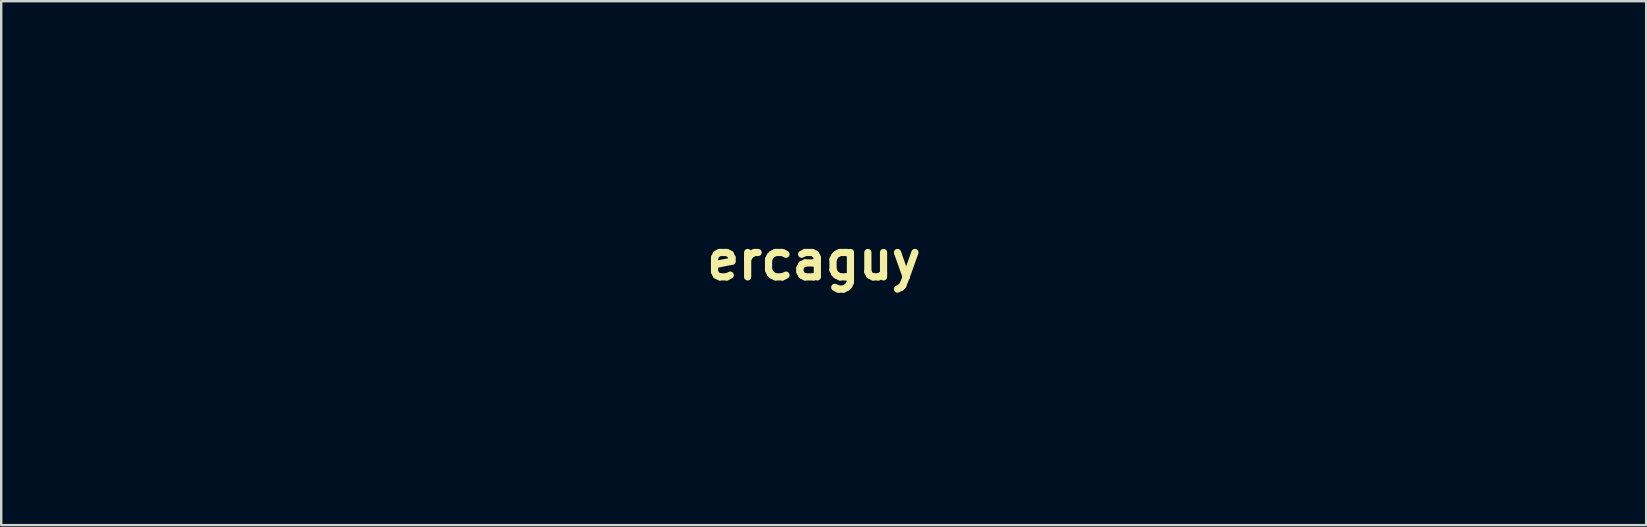
<source format=kicad_pcb>
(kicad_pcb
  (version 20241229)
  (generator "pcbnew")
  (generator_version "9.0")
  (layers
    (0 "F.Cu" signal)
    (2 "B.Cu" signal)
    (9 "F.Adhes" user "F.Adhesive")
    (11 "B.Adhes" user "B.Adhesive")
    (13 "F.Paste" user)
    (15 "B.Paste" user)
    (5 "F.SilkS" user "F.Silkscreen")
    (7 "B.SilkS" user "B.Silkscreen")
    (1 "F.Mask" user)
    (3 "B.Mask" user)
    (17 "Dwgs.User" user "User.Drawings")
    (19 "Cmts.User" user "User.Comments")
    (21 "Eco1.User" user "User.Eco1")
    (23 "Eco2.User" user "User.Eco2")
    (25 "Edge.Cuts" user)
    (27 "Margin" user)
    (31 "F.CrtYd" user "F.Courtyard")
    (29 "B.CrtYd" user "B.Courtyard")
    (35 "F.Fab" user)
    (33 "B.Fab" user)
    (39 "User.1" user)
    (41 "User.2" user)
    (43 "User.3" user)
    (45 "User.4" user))
  (footprint "ercaguy"
    (layer "F.Cu")
    (at 30.851 7.794)
    (property "Reference" "ercaguy" (at 0 0 0) (layer "F.SilkS") (effects (font (size 1.524 1.524) (thickness 0.3))))
    (attr through_hole)
    (fp_poly (pts (xy -27.517 4.614) (xy -27.559 4.657) (xy -27.601 4.614) (xy -27.559 4.572) (xy -27.517 4.614)) (stroke (width 0.01) (type solid)) (fill no) (layer "Eco2.User"))
    (fp_poly (pts (xy -23.114 5.969) (xy -23.156 6.011) (xy -23.199 5.969) (xy -23.156 5.927) (xy -23.114 5.969)) (stroke (width 0.01) (type solid)) (fill no) (layer "Eco2.User"))
    (fp_poly (pts (xy -13.885 -2.244) (xy -13.928 -2.201) (xy -13.97 -2.244) (xy -13.928 -2.286) (xy -13.885 -2.244)) (stroke (width 0.01) (type solid)) (fill no) (layer "Eco2.User"))
    (fp_poly (pts (xy -13.547 -4.953) (xy -13.589 -4.911) (xy -13.631 -4.953) (xy -13.589 -4.995) (xy -13.547 -4.953)) (stroke (width 0.01) (type solid)) (fill no) (layer "Eco2.User"))
    (fp_poly (pts (xy -13.462 -5.546) (xy -13.504 -5.503) (xy -13.547 -5.546) (xy -13.504 -5.588) (xy -13.462 -5.546)) (stroke (width 0.01) (type solid)) (fill no) (layer "Eco2.User"))
    (fp_poly (pts (xy -13.377 -6.138) (xy -13.42 -6.096) (xy -13.462 -6.138) (xy -13.42 -6.181) (xy -13.377 -6.138)) (stroke (width 0.01) (type solid)) (fill no) (layer "Eco2.User"))
    (fp_poly (pts (xy -13.293 -6.731) (xy -13.335 -6.689) (xy -13.377 -6.731) (xy -13.335 -6.773) (xy -13.293 -6.731)) (stroke (width 0.01) (type solid)) (fill no) (layer "Eco2.User"))
    (fp_poly (pts (xy -11.938 -3.429) (xy -11.98 -3.387) (xy -12.023 -3.429) (xy -11.98 -3.471) (xy -11.938 -3.429)) (stroke (width 0.01) (type solid)) (fill no) (layer "Eco2.User"))
    (fp_poly (pts (xy -11.853 -3.175) (xy -11.896 -3.133) (xy -11.938 -3.175) (xy -11.896 -3.217) (xy -11.853 -3.175)) (stroke (width 0.01) (type solid)) (fill no) (layer "Eco2.User"))
    (fp_poly (pts (xy -11.769 -2.752) (xy -11.811 -2.709) (xy -11.853 -2.752) (xy -11.811 -2.794) (xy -11.769 -2.752)) (stroke (width 0.01) (type solid)) (fill no) (layer "Eco2.User"))
    (fp_poly (pts (xy -11.599 -2.159) (xy -11.642 -2.117) (xy -11.684 -2.159) (xy -11.642 -2.201) (xy -11.599 -2.159)) (stroke (width 0.01) (type solid)) (fill no) (layer "Eco2.User"))
    (fp_poly (pts (xy -11.515 -1.82) (xy -11.557 -1.778) (xy -11.599 -1.82) (xy -11.557 -1.863) (xy -11.515 -1.82)) (stroke (width 0.01) (type solid)) (fill no) (layer "Eco2.User"))
    (fp_poly (pts (xy -11.091 -7.662) (xy -11.134 -7.62) (xy -11.176 -7.662) (xy -11.134 -7.705) (xy -11.091 -7.662)) (stroke (width 0.01) (type solid)) (fill no) (layer "Eco2.User"))
    (fp_poly (pts (xy -10.583 -7.493) (xy -10.626 -7.451) (xy -10.668 -7.493) (xy -10.626 -7.535) (xy -10.583 -7.493)) (stroke (width 0.01) (type solid)) (fill no) (layer "Eco2.User"))
    (fp_poly (pts (xy -9.737 -2.582) (xy -9.779 -2.54) (xy -9.821 -2.582) (xy -9.779 -2.625) (xy -9.737 -2.582)) (stroke (width 0.01) (type solid)) (fill no) (layer "Eco2.User"))
    (fp_poly (pts (xy -9.652 -2.328) (xy -9.694 -2.286) (xy -9.737 -2.328) (xy -9.694 -2.371) (xy -9.652 -2.328)) (stroke (width 0.01) (type solid)) (fill no) (layer "Eco2.User"))
    (fp_poly (pts (xy -9.483 -1.99) (xy -9.525 -1.947) (xy -9.567 -1.99) (xy -9.525 -2.032) (xy -9.483 -1.99)) (stroke (width 0.01) (type solid)) (fill no) (layer "Eco2.User"))
    (fp_poly (pts (xy -8.213 -7.578) (xy -8.255 -7.535) (xy -8.297 -7.578) (xy -8.255 -7.62) (xy -8.213 -7.578)) (stroke (width 0.01) (type solid)) (fill no) (layer "Eco2.User"))
    (fp_poly (pts (xy -7.535 -3.006) (xy -7.578 -2.963) (xy -7.62 -3.006) (xy -7.578 -3.048) (xy -7.535 -3.006)) (stroke (width 0.01) (type solid)) (fill no) (layer "Eco2.User"))
    (fp_poly (pts (xy -7.366 -7.747) (xy -7.408 -7.705) (xy -7.451 -7.747) (xy -7.408 -7.789) (xy -7.366 -7.747)) (stroke (width 0.01) (type solid)) (fill no) (layer "Eco2.User"))
    (fp_poly (pts (xy -7.197 -7.662) (xy -7.239 -7.62) (xy -7.281 -7.662) (xy -7.239 -7.705) (xy -7.197 -7.662)) (stroke (width 0.01) (type solid)) (fill no) (layer "Eco2.User"))
    (fp_poly (pts (xy -7.027 -7.578) (xy -7.07 -7.535) (xy -7.112 -7.578) (xy -7.07 -7.62) (xy -7.027 -7.578)) (stroke (width 0.01) (type solid)) (fill no) (layer "Eco2.User"))
    (fp_poly (pts (xy -7.027 -3.768) (xy -7.07 -3.725) (xy -7.112 -3.768) (xy -7.07 -3.81) (xy -7.027 -3.768)) (stroke (width 0.01) (type solid)) (fill no) (layer "Eco2.User"))
    (fp_poly (pts (xy -6.35 -3.598) (xy -6.392 -3.556) (xy -6.435 -3.598) (xy -6.392 -3.641) (xy -6.35 -3.598)) (stroke (width 0.01) (type solid)) (fill no) (layer "Eco2.User"))
    (fp_poly (pts (xy -4.233 2.921) (xy -4.276 2.963) (xy -4.318 2.921) (xy -4.276 2.879) (xy -4.233 2.921)) (stroke (width 0.01) (type solid)) (fill no) (layer "Eco2.User"))
    (fp_poly (pts (xy 0.593 2.921) (xy 0.55 2.963) (xy 0.508 2.921) (xy 0.55 2.879) (xy 0.593 2.921)) (stroke (width 0.01) (type solid)) (fill no) (layer "Eco2.User"))
    (fp_poly (pts (xy 0.593 3.344) (xy 0.55 3.387) (xy 0.508 3.344) (xy 0.55 3.302) (xy 0.593 3.344)) (stroke (width 0.01) (type solid)) (fill no) (layer "Eco2.User"))
    (fp_poly (pts (xy 1.101 3.09) (xy 1.058 3.133) (xy 1.016 3.09) (xy 1.058 3.048) (xy 1.101 3.09)) (stroke (width 0.01) (type solid)) (fill no) (layer "Eco2.User"))
    (fp_poly (pts (xy 1.439 2.582) (xy 1.397 2.625) (xy 1.355 2.582) (xy 1.397 2.54) (xy 1.439 2.582)) (stroke (width 0.01) (type solid)) (fill no) (layer "Eco2.User"))
    (fp_poly (pts (xy 1.609 3.175) (xy 1.566 3.217) (xy 1.524 3.175) (xy 1.566 3.133) (xy 1.609 3.175)) (stroke (width 0.01) (type solid)) (fill no) (layer "Eco2.User"))
    (fp_poly (pts (xy 1.863 3.514) (xy 1.82 3.556) (xy 1.778 3.514) (xy 1.82 3.471) (xy 1.863 3.514)) (stroke (width 0.01) (type solid)) (fill no) (layer "Eco2.User"))
    (fp_poly (pts (xy 2.032 2.667) (xy 1.99 2.709) (xy 1.947 2.667) (xy 1.99 2.625) (xy 2.032 2.667)) (stroke (width 0.01) (type solid)) (fill no) (layer "Eco2.User"))
    (fp_poly (pts (xy 2.201 3.26) (xy 2.159 3.302) (xy 2.117 3.26) (xy 2.159 3.217) (xy 2.201 3.26)) (stroke (width 0.01) (type solid)) (fill no) (layer "Eco2.User"))
    (fp_poly (pts (xy 2.455 3.175) (xy 2.413 3.217) (xy 2.371 3.175) (xy 2.413 3.133) (xy 2.455 3.175)) (stroke (width 0.01) (type solid)) (fill no) (layer "Eco2.User"))
    (fp_poly (pts (xy 2.709 3.09) (xy 2.667 3.133) (xy 2.625 3.09) (xy 2.667 3.048) (xy 2.709 3.09)) (stroke (width 0.01) (type solid)) (fill no) (layer "Eco2.User"))
    (fp_poly (pts (xy 2.794 2.921) (xy 2.752 2.963) (xy 2.709 2.921) (xy 2.752 2.879) (xy 2.794 2.921)) (stroke (width 0.01) (type solid)) (fill no) (layer "Eco2.User"))
    (fp_poly (pts (xy 2.794 3.26) (xy 2.752 3.302) (xy 2.709 3.26) (xy 2.752 3.217) (xy 2.794 3.26)) (stroke (width 0.01) (type solid)) (fill no) (layer "Eco2.User"))
    (fp_poly (pts (xy 3.471 3.344) (xy 3.429 3.387) (xy 3.387 3.344) (xy 3.429 3.302) (xy 3.471 3.344)) (stroke (width 0.01) (type solid)) (fill no) (layer "Eco2.User"))
    (fp_poly (pts (xy 3.725 3.344) (xy 3.683 3.387) (xy 3.641 3.344) (xy 3.683 3.302) (xy 3.725 3.344)) (stroke (width 0.01) (type solid)) (fill no) (layer "Eco2.User"))
    (fp_poly (pts (xy 3.725 3.514) (xy 3.683 3.556) (xy 3.641 3.514) (xy 3.683 3.471) (xy 3.725 3.514)) (stroke (width 0.01) (type solid)) (fill no) (layer "Eco2.User"))
    (fp_poly (pts (xy 3.81 3.683) (xy 3.768 3.725) (xy 3.725 3.683) (xy 3.768 3.641) (xy 3.81 3.683)) (stroke (width 0.01) (type solid)) (fill no) (layer "Eco2.User"))
    (fp_poly (pts (xy 4.233 3.344) (xy 4.191 3.387) (xy 4.149 3.344) (xy 4.191 3.302) (xy 4.233 3.344)) (stroke (width 0.01) (type solid)) (fill no) (layer "Eco2.User"))
    (fp_poly (pts (xy 11.176 -4.276) (xy 11.134 -4.233) (xy 11.091 -4.276) (xy 11.134 -4.318) (xy 11.176 -4.276)) (stroke (width 0.01) (type solid)) (fill no) (layer "Eco2.User"))
    (fp_poly (pts (xy 11.176 -3.852) (xy 11.134 -3.81) (xy 11.091 -3.852) (xy 11.134 -3.895) (xy 11.176 -3.852)) (stroke (width 0.01) (type solid)) (fill no) (layer "Eco2.User"))
    (fp_poly (pts (xy 11.176 -3.006) (xy 11.134 -2.963) (xy 11.091 -3.006) (xy 11.134 -3.048) (xy 11.176 -3.006)) (stroke (width 0.01) (type solid)) (fill no) (layer "Eco2.User"))
    (fp_poly (pts (xy 11.261 -2.667) (xy 11.218 -2.625) (xy 11.176 -2.667) (xy 11.218 -2.709) (xy 11.261 -2.667)) (stroke (width 0.01) (type solid)) (fill no) (layer "Eco2.User"))
    (fp_poly (pts (xy 11.345 -2.413) (xy 11.303 -2.371) (xy 11.261 -2.413) (xy 11.303 -2.455) (xy 11.345 -2.413)) (stroke (width 0.01) (type solid)) (fill no) (layer "Eco2.User"))
    (fp_poly (pts (xy 11.599 -1.905) (xy 11.557 -1.863) (xy 11.515 -1.905) (xy 11.557 -1.947) (xy 11.599 -1.905)) (stroke (width 0.01) (type solid)) (fill no) (layer "Eco2.User"))
    (fp_poly (pts (xy 11.769 -1.651) (xy 11.726 -1.609) (xy 11.684 -1.651) (xy 11.726 -1.693) (xy 11.769 -1.651)) (stroke (width 0.01) (type solid)) (fill no) (layer "Eco2.User"))
    (fp_poly (pts (xy 13.123 -7.07) (xy 13.081 -7.027) (xy 13.039 -7.07) (xy 13.081 -7.112) (xy 13.123 -7.07)) (stroke (width 0.01) (type solid)) (fill no) (layer "Eco2.User"))
    (fp_poly (pts (xy 13.293 -2.582) (xy 13.25 -2.54) (xy 13.208 -2.582) (xy 13.25 -2.625) (xy 13.293 -2.582)) (stroke (width 0.01) (type solid)) (fill no) (layer "Eco2.User"))
    (fp_poly (pts (xy 13.462 -2.498) (xy 13.42 -2.455) (xy 13.377 -2.498) (xy 13.42 -2.54) (xy 13.462 -2.498)) (stroke (width 0.01) (type solid)) (fill no) (layer "Eco2.User"))
    (fp_poly (pts (xy 13.801 -2.413) (xy 13.758 -2.371) (xy 13.716 -2.413) (xy 13.758 -2.455) (xy 13.801 -2.413)) (stroke (width 0.01) (type solid)) (fill no) (layer "Eco2.User"))
    (fp_poly (pts (xy 13.97 -3.429) (xy 13.928 -3.387) (xy 13.885 -3.429) (xy 13.928 -3.471) (xy 13.97 -3.429)) (stroke (width 0.01) (type solid)) (fill no) (layer "Eco2.User"))
    (fp_poly (pts (xy 13.97 -3.175) (xy 13.928 -3.133) (xy 13.885 -3.175) (xy 13.928 -3.217) (xy 13.97 -3.175)) (stroke (width 0.01) (type solid)) (fill no) (layer "Eco2.User"))
    (fp_poly (pts (xy 14.309 -2.413) (xy 14.266 -2.371) (xy 14.224 -2.413) (xy 14.266 -2.455) (xy 14.309 -2.413)) (stroke (width 0.01) (type solid)) (fill no) (layer "Eco2.User"))
    (fp_poly (pts (xy 14.393 -7.578) (xy 14.351 -7.535) (xy 14.309 -7.578) (xy 14.351 -7.62) (xy 14.393 -7.578)) (stroke (width 0.01) (type solid)) (fill no) (layer "Eco2.User"))
    (fp_poly (pts (xy 14.393 -3.006) (xy 14.351 -2.963) (xy 14.309 -3.006) (xy 14.351 -3.048) (xy 14.393 -3.006)) (stroke (width 0.01) (type solid)) (fill no) (layer "Eco2.User"))
    (fp_poly (pts (xy 14.817 -4.699) (xy 14.774 -4.657) (xy 14.732 -4.699) (xy 14.774 -4.741) (xy 14.817 -4.699)) (stroke (width 0.01) (type solid)) (fill no) (layer "Eco2.User"))
    (fp_poly (pts (xy 15.24 -7.578) (xy 15.198 -7.535) (xy 15.155 -7.578) (xy 15.198 -7.62) (xy 15.24 -7.578)) (stroke (width 0.01) (type solid)) (fill no) (layer "Eco2.User"))
    (fp_poly (pts (xy 16.341 -4.699) (xy 16.298 -4.657) (xy 16.256 -4.699) (xy 16.298 -4.741) (xy 16.341 -4.699)) (stroke (width 0.01) (type solid)) (fill no) (layer "Eco2.User"))
    (fp_poly (pts (xy 16.595 -7.154) (xy 16.552 -7.112) (xy 16.51 -7.154) (xy 16.552 -7.197) (xy 16.595 -7.154)) (stroke (width 0.01) (type solid)) (fill no) (layer "Eco2.User"))
    (fp_poly (pts (xy 17.78 -1.905) (xy 17.738 -1.863) (xy 17.695 -1.905) (xy 17.738 -1.947) (xy 17.78 -1.905)) (stroke (width 0.01) (type solid)) (fill no) (layer "Eco2.User"))
    (fp_poly (pts (xy 17.865 -3.006) (xy 17.822 -2.963) (xy 17.78 -3.006) (xy 17.822 -3.048) (xy 17.865 -3.006)) (stroke (width 0.01) (type solid)) (fill no) (layer "Eco2.User"))
    (fp_poly (pts (xy 17.949 -3.429) (xy 17.907 -3.387) (xy 17.865 -3.429) (xy 17.907 -3.471) (xy 17.949 -3.429)) (stroke (width 0.01) (type solid)) (fill no) (layer "Eco2.User"))
    (fp_poly (pts (xy 17.949 -1.482) (xy 17.907 -1.439) (xy 17.865 -1.482) (xy 17.907 -1.524) (xy 17.949 -1.482)) (stroke (width 0.01) (type solid)) (fill no) (layer "Eco2.User"))
    (fp_poly (pts (xy 18.119 -1.228) (xy 18.076 -1.185) (xy 18.034 -1.228) (xy 18.076 -1.27) (xy 18.119 -1.228)) (stroke (width 0.01) (type solid)) (fill no) (layer "Eco2.User"))
    (fp_poly (pts (xy 18.203 4.276) (xy 18.161 4.318) (xy 18.119 4.276) (xy 18.161 4.233) (xy 18.203 4.276)) (stroke (width 0.01) (type solid)) (fill no) (layer "Eco2.User"))
    (fp_poly (pts (xy 18.288 -5.122) (xy 18.246 -5.08) (xy 18.203 -5.122) (xy 18.246 -5.165) (xy 18.288 -5.122)) (stroke (width 0.01) (type solid)) (fill no) (layer "Eco2.User"))
    (fp_poly (pts (xy 18.373 -5.461) (xy 18.33 -5.419) (xy 18.288 -5.461) (xy 18.33 -5.503) (xy 18.373 -5.461)) (stroke (width 0.01) (type solid)) (fill no) (layer "Eco2.User"))
    (fp_poly (pts (xy 18.542 4.36) (xy 18.5 4.403) (xy 18.457 4.36) (xy 18.5 4.318) (xy 18.542 4.36)) (stroke (width 0.01) (type solid)) (fill no) (layer "Eco2.User"))
    (fp_poly (pts (xy 18.796 3.937) (xy 18.754 3.979) (xy 18.711 3.937) (xy 18.754 3.895) (xy 18.796 3.937)) (stroke (width 0.01) (type solid)) (fill no) (layer "Eco2.User"))
    (fp_poly (pts (xy 18.881 3.598) (xy 18.838 3.641) (xy 18.796 3.598) (xy 18.838 3.556) (xy 18.881 3.598)) (stroke (width 0.01) (type solid)) (fill no) (layer "Eco2.User"))
    (fp_poly (pts (xy 18.965 4.022) (xy 18.923 4.064) (xy 18.881 4.022) (xy 18.923 3.979) (xy 18.965 4.022)) (stroke (width 0.01) (type solid)) (fill no) (layer "Eco2.User"))
    (fp_poly (pts (xy 19.05 5.546) (xy 19.008 5.588) (xy 18.965 5.546) (xy 19.008 5.503) (xy 19.05 5.546)) (stroke (width 0.01) (type solid)) (fill no) (layer "Eco2.User"))
    (fp_poly (pts (xy 19.219 5.461) (xy 19.177 5.503) (xy 19.135 5.461) (xy 19.177 5.419) (xy 19.219 5.461)) (stroke (width 0.01) (type solid)) (fill no) (layer "Eco2.User"))
    (fp_poly (pts (xy 19.304 3.175) (xy 19.262 3.217) (xy 19.219 3.175) (xy 19.262 3.133) (xy 19.304 3.175)) (stroke (width 0.01) (type solid)) (fill no) (layer "Eco2.User"))
    (fp_poly (pts (xy 19.389 5.376) (xy 19.346 5.419) (xy 19.304 5.376) (xy 19.346 5.334) (xy 19.389 5.376)) (stroke (width 0.01) (type solid)) (fill no) (layer "Eco2.User"))
    (fp_poly (pts (xy 19.473 3.26) (xy 19.431 3.302) (xy 19.389 3.26) (xy 19.431 3.217) (xy 19.473 3.26)) (stroke (width 0.01) (type solid)) (fill no) (layer "Eco2.User"))
    (fp_poly (pts (xy 19.558 3.09) (xy 19.516 3.133) (xy 19.473 3.09) (xy 19.516 3.048) (xy 19.558 3.09)) (stroke (width 0.01) (type solid)) (fill no) (layer "Eco2.User"))
    (fp_poly (pts (xy 19.558 6.816) (xy 19.516 6.858) (xy 19.473 6.816) (xy 19.516 6.773) (xy 19.558 6.816)) (stroke (width 0.01) (type solid)) (fill no) (layer "Eco2.User"))
    (fp_poly (pts (xy 19.643 4.36) (xy 19.6 4.403) (xy 19.558 4.36) (xy 19.6 4.318) (xy 19.643 4.36)) (stroke (width 0.01) (type solid)) (fill no) (layer "Eco2.User"))
    (fp_poly (pts (xy 19.812 5.546) (xy 19.77 5.588) (xy 19.727 5.546) (xy 19.77 5.503) (xy 19.812 5.546)) (stroke (width 0.01) (type solid)) (fill no) (layer "Eco2.User"))
    (fp_poly (pts (xy 19.812 5.715) (xy 19.77 5.757) (xy 19.727 5.715) (xy 19.77 5.673) (xy 19.812 5.715)) (stroke (width 0.01) (type solid)) (fill no) (layer "Eco2.User"))
    (fp_poly (pts (xy 19.812 6.562) (xy 19.77 6.604) (xy 19.727 6.562) (xy 19.77 6.519) (xy 19.812 6.562)) (stroke (width 0.01) (type solid)) (fill no) (layer "Eco2.User"))
    (fp_poly (pts (xy 19.981 6.223) (xy 19.939 6.265) (xy 19.897 6.223) (xy 19.939 6.181) (xy 19.981 6.223)) (stroke (width 0.01) (type solid)) (fill no) (layer "Eco2.User"))
    (fp_poly (pts (xy 20.066 -2.159) (xy 20.024 -2.117) (xy 19.981 -2.159) (xy 20.024 -2.201) (xy 20.066 -2.159)) (stroke (width 0.01) (type solid)) (fill no) (layer "Eco2.User"))
    (fp_poly (pts (xy 20.151 5.122) (xy 20.108 5.165) (xy 20.066 5.122) (xy 20.108 5.08) (xy 20.151 5.122)) (stroke (width 0.01) (type solid)) (fill no) (layer "Eco2.User"))
    (fp_poly (pts (xy 20.828 2.244) (xy 20.786 2.286) (xy 20.743 2.244) (xy 20.786 2.201) (xy 20.828 2.244)) (stroke (width 0.01) (type solid)) (fill no) (layer "Eco2.User"))
    (fp_poly (pts (xy 20.913 -3.852) (xy 20.87 -3.81) (xy 20.828 -3.852) (xy 20.87 -3.895) (xy 20.913 -3.852)) (stroke (width 0.01) (type solid)) (fill no) (layer "Eco2.User"))
    (fp_poly (pts (xy 20.913 -0.804) (xy 20.87 -0.762) (xy 20.828 -0.804) (xy 20.87 -0.847) (xy 20.913 -0.804)) (stroke (width 0.01) (type solid)) (fill no) (layer "Eco2.User"))
    (fp_poly (pts (xy 20.997 5.292) (xy 20.955 5.334) (xy 20.913 5.292) (xy 20.955 5.249) (xy 20.997 5.292)) (stroke (width 0.01) (type solid)) (fill no) (layer "Eco2.User"))
    (fp_poly (pts (xy 21.167 -4.953) (xy 21.124 -4.911) (xy 21.082 -4.953) (xy 21.124 -4.995) (xy 21.167 -4.953)) (stroke (width 0.01) (type solid)) (fill no) (layer "Eco2.User"))
    (fp_poly (pts (xy 21.167 1.905) (xy 21.124 1.947) (xy 21.082 1.905) (xy 21.124 1.863) (xy 21.167 1.905)) (stroke (width 0.01) (type solid)) (fill no) (layer "Eco2.User"))
    (fp_poly (pts (xy 21.421 3.26) (xy 21.378 3.302) (xy 21.336 3.26) (xy 21.378 3.217) (xy 21.421 3.26)) (stroke (width 0.01) (type solid)) (fill no) (layer "Eco2.User"))
    (fp_poly (pts (xy 21.844 3.429) (xy 21.802 3.471) (xy 21.759 3.429) (xy 21.802 3.387) (xy 21.844 3.429)) (stroke (width 0.01) (type solid)) (fill no) (layer "Eco2.User"))
    (fp_poly (pts (xy 21.929 5.884) (xy 21.886 5.927) (xy 21.844 5.884) (xy 21.886 5.842) (xy 21.929 5.884)) (stroke (width 0.01) (type solid)) (fill no) (layer "Eco2.User"))
    (fp_poly (pts (xy 22.013 6.562) (xy 21.971 6.604) (xy 21.929 6.562) (xy 21.971 6.519) (xy 22.013 6.562)) (stroke (width 0.01) (type solid)) (fill no) (layer "Eco2.User"))
    (fp_poly (pts (xy 22.352 3.344) (xy 22.31 3.387) (xy 22.267 3.344) (xy 22.31 3.302) (xy 22.352 3.344)) (stroke (width 0.01) (type solid)) (fill no) (layer "Eco2.User"))
    (fp_poly (pts (xy 22.521 0.381) (xy 22.479 0.423) (xy 22.437 0.381) (xy 22.479 0.339) (xy 22.521 0.381)) (stroke (width 0.01) (type solid)) (fill no) (layer "Eco2.User"))
    (fp_poly (pts (xy 22.606 -0.296) (xy 22.564 -0.254) (xy 22.521 -0.296) (xy 22.564 -0.339) (xy 22.606 -0.296)) (stroke (width 0.01) (type solid)) (fill no) (layer "Eco2.User"))
    (fp_poly (pts (xy 22.691 5.63) (xy 22.648 5.673) (xy 22.606 5.63) (xy 22.648 5.588) (xy 22.691 5.63)) (stroke (width 0.01) (type solid)) (fill no) (layer "Eco2.User"))
    (fp_poly (pts (xy 22.775 -0.72) (xy 22.733 -0.677) (xy 22.691 -0.72) (xy 22.733 -0.762) (xy 22.775 -0.72)) (stroke (width 0.01) (type solid)) (fill no) (layer "Eco2.User"))
    (fp_poly (pts (xy 22.945 0.889) (xy 22.902 0.931) (xy 22.86 0.889) (xy 22.902 0.847) (xy 22.945 0.889)) (stroke (width 0.01) (type solid)) (fill no) (layer "Eco2.User"))
    (fp_poly (pts (xy 23.199 3.852) (xy 23.156 3.895) (xy 23.114 3.852) (xy 23.156 3.81) (xy 23.199 3.852)) (stroke (width 0.01) (type solid)) (fill no) (layer "Eco2.User"))
    (fp_poly (pts (xy 23.283 -5.038) (xy 23.241 -4.995) (xy 23.199 -5.038) (xy 23.241 -5.08) (xy 23.283 -5.038)) (stroke (width 0.01) (type solid)) (fill no) (layer "Eco2.User"))
    (fp_poly (pts (xy 23.283 -4.868) (xy 23.241 -4.826) (xy 23.199 -4.868) (xy 23.241 -4.911) (xy 23.283 -4.868)) (stroke (width 0.01) (type solid)) (fill no) (layer "Eco2.User"))
    (fp_poly (pts (xy 23.368 -4.445) (xy 23.326 -4.403) (xy 23.283 -4.445) (xy 23.326 -4.487) (xy 23.368 -4.445)) (stroke (width 0.01) (type solid)) (fill no) (layer "Eco2.User"))
    (fp_poly (pts (xy 23.368 5.122) (xy 23.326 5.165) (xy 23.283 5.122) (xy 23.326 5.08) (xy 23.368 5.122)) (stroke (width 0.01) (type solid)) (fill no) (layer "Eco2.User"))
    (fp_poly (pts (xy 23.453 -3.937) (xy 23.41 -3.895) (xy 23.368 -3.937) (xy 23.41 -3.979) (xy 23.453 -3.937)) (stroke (width 0.01) (type solid)) (fill no) (layer "Eco2.User"))
    (fp_poly (pts (xy 23.537 -3.514) (xy 23.495 -3.471) (xy 23.453 -3.514) (xy 23.495 -3.556) (xy 23.537 -3.514)) (stroke (width 0.01) (type solid)) (fill no) (layer "Eco2.User"))
    (fp_poly (pts (xy 23.622 -3.09) (xy 23.58 -3.048) (xy 23.537 -3.09) (xy 23.58 -3.133) (xy 23.622 -3.09)) (stroke (width 0.01) (type solid)) (fill no) (layer "Eco2.User"))
    (fp_poly (pts (xy 23.707 -2.582) (xy 23.664 -2.54) (xy 23.622 -2.582) (xy 23.664 -2.625) (xy 23.707 -2.582)) (stroke (width 0.01) (type solid)) (fill no) (layer "Eco2.User"))
    (fp_poly (pts (xy 23.791 -2.159) (xy 23.749 -2.117) (xy 23.707 -2.159) (xy 23.749 -2.201) (xy 23.791 -2.159)) (stroke (width 0.01) (type solid)) (fill no) (layer "Eco2.User"))
    (fp_poly (pts (xy 23.876 -1.736) (xy 23.834 -1.693) (xy 23.791 -1.736) (xy 23.834 -1.778) (xy 23.876 -1.736)) (stroke (width 0.01) (type solid)) (fill no) (layer "Eco2.User"))
    (fp_poly (pts (xy 23.876 3.598) (xy 23.834 3.641) (xy 23.791 3.598) (xy 23.834 3.556) (xy 23.876 3.598)) (stroke (width 0.01) (type solid)) (fill no) (layer "Eco2.User"))
    (fp_poly (pts (xy 24.045 -1.143) (xy 24.003 -1.101) (xy 23.961 -1.143) (xy 24.003 -1.185) (xy 24.045 -1.143)) (stroke (width 0.01) (type solid)) (fill no) (layer "Eco2.User"))
    (fp_poly (pts (xy 24.892 0.55) (xy 24.85 0.593) (xy 24.807 0.55) (xy 24.85 0.508) (xy 24.892 0.55)) (stroke (width 0.01) (type solid)) (fill no) (layer "Eco2.User"))
    (fp_poly (pts (xy 25.485 -3.429) (xy 25.442 -3.387) (xy 25.4 -3.429) (xy 25.442 -3.471) (xy 25.485 -3.429)) (stroke (width 0.01) (type solid)) (fill no) (layer "Eco2.User"))
    (fp_poly (pts (xy 25.569 -3.598) (xy 25.527 -3.556) (xy 25.485 -3.598) (xy 25.527 -3.641) (xy 25.569 -3.598)) (stroke (width 0.01) (type solid)) (fill no) (layer "Eco2.User"))
    (fp_poly (pts (xy 25.654 -3.768) (xy 25.612 -3.725) (xy 25.569 -3.768) (xy 25.612 -3.81) (xy 25.654 -3.768)) (stroke (width 0.01) (type solid)) (fill no) (layer "Eco2.User"))
    (fp_poly (pts (xy 26.077 -4.53) (xy 26.035 -4.487) (xy 25.993 -4.53) (xy 26.035 -4.572) (xy 26.077 -4.53)) (stroke (width 0.01) (type solid)) (fill no) (layer "Eco2.User"))
    (fp_poly (pts (xy 26.162 -4.699) (xy 26.12 -4.657) (xy 26.077 -4.699) (xy 26.12 -4.741) (xy 26.162 -4.699)) (stroke (width 0.01) (type solid)) (fill no) (layer "Eco2.User"))
    (fp_poly (pts (xy 26.416 -5.122) (xy 26.374 -5.08) (xy 26.331 -5.122) (xy 26.374 -5.165) (xy 26.416 -5.122)) (stroke (width 0.01) (type solid)) (fill no) (layer "Eco2.User"))
    (fp_poly (pts (xy 26.501 -5.292) (xy 26.458 -5.249) (xy 26.416 -5.292) (xy 26.458 -5.334) (xy 26.501 -5.292)) (stroke (width 0.01) (type solid)) (fill no) (layer "Eco2.User"))
    (fp_poly (pts (xy 28.194 -1.566) (xy 28.152 -1.524) (xy 28.109 -1.566) (xy 28.152 -1.609) (xy 28.194 -1.566)) (stroke (width 0.01) (type solid)) (fill no) (layer "Eco2.User"))
    (fp_poly (pts (xy 28.363 -2.836) (xy 28.321 -2.794) (xy 28.279 -2.836) (xy 28.321 -2.879) (xy 28.363 -2.836)) (stroke (width 0.01) (type solid)) (fill no) (layer "Eco2.User"))
    (fp_poly (pts (xy 29.549 -3.09) (xy 29.506 -3.048) (xy 29.464 -3.09) (xy 29.506 -3.133) (xy 29.549 -3.09)) (stroke (width 0.01) (type solid)) (fill no) (layer "Eco2.User"))
    (fp_poly (pts (xy 30.565 -2.074) (xy 30.522 -2.032) (xy 30.48 -2.074) (xy 30.522 -2.117) (xy 30.565 -2.074)) (stroke (width 0.01) (type solid)) (fill no) (layer "Eco2.User"))
    (fp_poly (pts (xy 30.565 -1.736) (xy 30.522 -1.693) (xy 30.48 -1.736) (xy 30.522 -1.778) (xy 30.565 -1.736)) (stroke (width 0.01) (type solid)) (fill no) (layer "Eco2.User"))
    (fp_poly (pts (xy 30.649 -1.312) (xy 30.607 -1.27) (xy 30.565 -1.312) (xy 30.607 -1.355) (xy 30.649 -1.312)) (stroke (width 0.01) (type solid)) (fill no) (layer "Eco2.User"))
    (fp_poly (pts (xy 31.327 -2.413) (xy 31.284 -2.371) (xy 31.242 -2.413) (xy 31.284 -2.455) (xy 31.327 -2.413)) (stroke (width 0.01) (type solid)) (fill no) (layer "Eco2.User"))
    (fp_poly (pts (xy 31.411 -1.82) (xy 31.369 -1.778) (xy 31.327 -1.82) (xy 31.369 -1.863) (xy 31.411 -1.82)) (stroke (width 0.01) (type solid)) (fill no) (layer "Eco2.User"))
    (fp_poly (pts (xy 31.496 -3.09) (xy 31.454 -3.048) (xy 31.411 -3.09) (xy 31.454 -3.133) (xy 31.496 -3.09)) (stroke (width 0.01) (type solid)) (fill no) (layer "Eco2.User"))
    (fp_poly (pts (xy 31.665 -1.905) (xy 31.623 -1.863) (xy 31.581 -1.905) (xy 31.623 -1.947) (xy 31.665 -1.905)) (stroke (width 0.01) (type solid)) (fill no) (layer "Eco2.User"))
    (fp_poly (pts (xy -11.712 -2.512) (xy -11.702 -2.411) (xy -11.712 -2.399) (xy -11.763 -2.411) (xy -11.769 -2.455) (xy -11.738 -2.525) (xy -11.712 -2.512)) (stroke (width 0.01) (type solid)) (fill no) (layer "Eco2.User"))
    (fp_poly (pts (xy -11.12 -5.983) (xy -11.109 -5.883) (xy -11.12 -5.87) (xy -11.17 -5.882) (xy -11.176 -5.927) (xy -11.145 -5.996) (xy -11.12 -5.983)) (stroke (width 0.01) (type solid)) (fill no) (layer "Eco2.User"))
    (fp_poly (pts (xy -9.85 -3.02) (xy -9.839 -2.919) (xy -9.85 -2.907) (xy -9.9 -2.919) (xy -9.906 -2.963) (xy -9.875 -3.033) (xy -9.85 -3.02)) (stroke (width 0.01) (type solid)) (fill no) (layer "Eco2.User"))
    (fp_poly (pts (xy -7.225 -5.56) (xy -7.215 -5.459) (xy -7.225 -5.447) (xy -7.275 -5.459) (xy -7.281 -5.503) (xy -7.25 -5.573) (xy -7.225 -5.56)) (stroke (width 0.01) (type solid)) (fill no) (layer "Eco2.User"))
    (fp_poly (pts (xy 0.48 3.076) (xy 0.49 3.177) (xy 0.48 3.189) (xy 0.429 3.177) (xy 0.423 3.133) (xy 0.454 3.063) (xy 0.48 3.076)) (stroke (width 0.01) (type solid)) (fill no) (layer "Eco2.User"))
    (fp_poly (pts (xy 0.734 3.076) (xy 0.744 3.177) (xy 0.734 3.189) (xy 0.683 3.177) (xy 0.677 3.133) (xy 0.708 3.063) (xy 0.734 3.076)) (stroke (width 0.01) (type solid)) (fill no) (layer "Eco2.User"))
    (fp_poly (pts (xy 0.818 2.399) (xy 0.829 2.499) (xy 0.818 2.512) (xy 0.768 2.5) (xy 0.762 2.455) (xy 0.793 2.386) (xy 0.818 2.399)) (stroke (width 0.01) (type solid)) (fill no) (layer "Eco2.User"))
    (fp_poly (pts (xy 0.905 3.032) (xy 0.915 3.164) (xy 0.898 3.194) (xy 0.859 3.169) (xy 0.853 3.083) (xy 0.874 2.993) (xy 0.905 3.032)) (stroke (width 0.01) (type solid)) (fill no) (layer "Eco2.User"))
    (fp_poly (pts (xy 1.074 3.625) (xy 1.084 3.757) (xy 1.067 3.787) (xy 1.029 3.762) (xy 1.023 3.676) (xy 1.043 3.586) (xy 1.074 3.625)) (stroke (width 0.01) (type solid)) (fill no) (layer "Eco2.User"))
    (fp_poly (pts (xy 1.496 3.5) (xy 1.484 3.55) (xy 1.439 3.556) (xy 1.37 3.525) (xy 1.383 3.5) (xy 1.483 3.489) (xy 1.496 3.5)) (stroke (width 0.01) (type solid)) (fill no) (layer "Eco2.User"))
    (fp_poly (pts (xy 1.834 2.907) (xy 1.845 3.007) (xy 1.834 3.02) (xy 1.784 3.008) (xy 1.778 2.963) (xy 1.809 2.894) (xy 1.834 2.907)) (stroke (width 0.01) (type solid)) (fill no) (layer "Eco2.User"))
    (fp_poly (pts (xy 1.834 3.754) (xy 1.845 3.854) (xy 1.834 3.866) (xy 1.784 3.855) (xy 1.778 3.81) (xy 1.809 3.74) (xy 1.834 3.754)) (stroke (width 0.01) (type solid)) (fill no) (layer "Eco2.User"))
    (fp_poly (pts (xy 2.173 3.535) (xy 2.184 3.708) (xy 2.173 3.747) (xy 2.142 3.757) (xy 2.13 3.641) (xy 2.143 3.52) (xy 2.173 3.535)) (stroke (width 0.01) (type solid)) (fill no) (layer "Eco2.User"))
    (fp_poly (pts (xy 2.596 3.5) (xy 2.607 3.6) (xy 2.596 3.612) (xy 2.546 3.601) (xy 2.54 3.556) (xy 2.571 3.486) (xy 2.596 3.5)) (stroke (width 0.01) (type solid)) (fill no) (layer "Eco2.User"))
    (fp_poly (pts (xy 2.935 3.076) (xy 2.945 3.177) (xy 2.935 3.189) (xy 2.885 3.177) (xy 2.879 3.133) (xy 2.91 3.063) (xy 2.935 3.076)) (stroke (width 0.01) (type solid)) (fill no) (layer "Eco2.User"))
    (fp_poly (pts (xy 3.104 2.907) (xy 3.115 3.007) (xy 3.104 3.02) (xy 3.054 3.008) (xy 3.048 2.963) (xy 3.079 2.894) (xy 3.104 2.907)) (stroke (width 0.01) (type solid)) (fill no) (layer "Eco2.User"))
    (fp_poly (pts (xy 4.207 3.032) (xy 4.217 3.164) (xy 4.2 3.194) (xy 4.161 3.169) (xy 4.155 3.083) (xy 4.176 2.993) (xy 4.207 3.032)) (stroke (width 0.01) (type solid)) (fill no) (layer "Eco2.User"))
    (fp_poly (pts (xy 14.624 -4.708) (xy 14.599 -4.669) (xy 14.513 -4.663) (xy 14.423 -4.684) (xy 14.462 -4.715) (xy 14.594 -4.725) (xy 14.624 -4.708)) (stroke (width 0.01) (type solid)) (fill no) (layer "Eco2.User"))
    (fp_poly (pts (xy 15.889 -7.507) (xy 15.877 -7.457) (xy 15.833 -7.451) (xy 15.763 -7.482) (xy 15.776 -7.507) (xy 15.877 -7.517) (xy 15.889 -7.507)) (stroke (width 0.01) (type solid)) (fill no) (layer "Eco2.User"))
    (fp_poly (pts (xy 17.413 -4.713) (xy 17.401 -4.663) (xy 17.357 -4.657) (xy 17.287 -4.688) (xy 17.3 -4.713) (xy 17.401 -4.723) (xy 17.413 -4.713)) (stroke (width 0.01) (type solid)) (fill no) (layer "Eco2.User"))
    (fp_poly (pts (xy 18.937 4.177) (xy 18.947 4.277) (xy 18.937 4.29) (xy 18.887 4.278) (xy 18.881 4.233) (xy 18.912 4.164) (xy 18.937 4.177)) (stroke (width 0.01) (type solid)) (fill no) (layer "Eco2.User"))
    (fp_poly (pts (xy 20.122 6.378) (xy 20.111 6.429) (xy 20.066 6.435) (xy 19.996 6.404) (xy 20.01 6.378) (xy 20.11 6.368) (xy 20.122 6.378)) (stroke (width 0.01) (type solid)) (fill no) (layer "Eco2.User"))
    (fp_poly (pts (xy 20.292 2.653) (xy 20.28 2.703) (xy 20.235 2.709) (xy 20.166 2.678) (xy 20.179 2.653) (xy 20.279 2.643) (xy 20.292 2.653)) (stroke (width 0.01) (type solid)) (fill no) (layer "Eco2.User"))
    (fp_poly (pts (xy 20.376 5.87) (xy 20.365 5.921) (xy 20.32 5.927) (xy 20.25 5.896) (xy 20.264 5.87) (xy 20.364 5.86) (xy 20.376 5.87)) (stroke (width 0.01) (type solid)) (fill no) (layer "Eco2.User"))
    (fp_poly (pts (xy 21.054 2.907) (xy 21.064 3.007) (xy 21.054 3.02) (xy 21.003 3.008) (xy 20.997 2.963) (xy 21.028 2.894) (xy 21.054 2.907)) (stroke (width 0.01) (type solid)) (fill no) (layer "Eco2.User"))
    (fp_poly (pts (xy 21.646 6.802) (xy 21.635 6.852) (xy 21.59 6.858) (xy 21.52 6.827) (xy 21.534 6.802) (xy 21.634 6.791) (xy 21.646 6.802)) (stroke (width 0.01) (type solid)) (fill no) (layer "Eco2.User"))
    (fp_poly (pts (xy 21.902 1.847) (xy 21.912 1.979) (xy 21.895 2.009) (xy 21.857 1.984) (xy 21.851 1.898) (xy 21.871 1.808) (xy 21.902 1.847)) (stroke (width 0.01) (type solid)) (fill no) (layer "Eco2.User"))
    (fp_poly (pts (xy 23.17 -0.649) (xy 23.159 -0.599) (xy 23.114 -0.593) (xy 23.044 -0.624) (xy 23.058 -0.649) (xy 23.158 -0.659) (xy 23.17 -0.649)) (stroke (width 0.01) (type solid)) (fill no) (layer "Eco2.User"))
    (fp_poly (pts (xy 27.284 -1.665) (xy 27.294 -1.634) (xy 27.178 -1.622) (xy 27.058 -1.635) (xy 27.072 -1.665) (xy 27.246 -1.676) (xy 27.284 -1.665)) (stroke (width 0.01) (type solid)) (fill no) (layer "Eco2.User"))
    (fp_poly (pts (xy 29.268 -1.201) (xy 29.278 -1.069) (xy 29.261 -1.039) (xy 29.223 -1.064) (xy 29.217 -1.15) (xy 29.237 -1.24) (xy 29.268 -1.201)) (stroke (width 0.01) (type solid)) (fill no) (layer "Eco2.User"))
    (fp_poly (pts (xy 0.572 3.677) (xy 0.555 3.857) (xy 0.51 3.876) (xy 0.452 3.762) (xy 0.452 3.601) (xy 0.486 3.544) (xy 0.552 3.536) (xy 0.572 3.677)) (stroke (width 0.01) (type solid)) (fill no) (layer "Eco2.User"))
    (fp_poly (pts (xy 2.527 3.76) (xy 2.618 3.845) (xy 2.599 3.894) (xy 2.587 3.895) (xy 2.516 3.835) (xy 2.49 3.797) (xy 2.48 3.739) (xy 2.527 3.76)) (stroke (width 0.01) (type solid)) (fill no) (layer "Eco2.User"))
    (fp_poly (pts (xy 2.875 3.644) (xy 2.85 3.793) (xy 2.803 3.847) (xy 2.75 3.813) (xy 2.739 3.691) (xy 2.77 3.551) (xy 2.815 3.527) (xy 2.875 3.644)) (stroke (width 0.01) (type solid)) (fill no) (layer "Eco2.User"))
    (fp_poly (pts (xy 3.12 3.252) (xy 3.21 3.33) (xy 3.217 3.349) (xy 3.177 3.384) (xy 3.093 3.306) (xy 3.082 3.289) (xy 3.072 3.231) (xy 3.12 3.252)) (stroke (width 0.01) (type solid)) (fill no) (layer "Eco2.User"))
    (fp_poly (pts (xy 16.912 -6.908) (xy 17.072 -6.758) (xy 17.095 -6.693) (xy 17.073 -6.689) (xy 17.004 -6.746) (xy 16.883 -6.879) (xy 16.722 -7.07) (xy 16.912 -6.908)) (stroke (width 0.01) (type solid)) (fill no) (layer "Eco2.User"))
    (fp_poly (pts (xy 18.666 3.653) (xy 18.637 3.726) (xy 18.576 3.792) (xy 18.48 3.846) (xy 18.457 3.818) (xy 18.509 3.717) (xy 18.609 3.647) (xy 18.666 3.653)) (stroke (width 0.01) (type solid)) (fill no) (layer "Eco2.User"))
    (fp_poly (pts (xy 19.037 3.844) (xy 19.128 3.929) (xy 19.109 3.979) (xy 19.097 3.979) (xy 19.026 3.919) (xy 19 3.882) (xy 18.99 3.824) (xy 19.037 3.844)) (stroke (width 0.01) (type solid)) (fill no) (layer "Eco2.User"))
    (fp_poly (pts (xy 19.927 2.856) (xy 19.933 2.929) (xy 19.885 2.973) (xy 19.737 3.042) (xy 19.688 3.018) (xy 19.745 2.93) (xy 19.869 2.851) (xy 19.927 2.856)) (stroke (width 0.01) (type solid)) (fill no) (layer "Eco2.User"))
    (fp_poly (pts (xy 20.053 2.744) (xy 20.144 2.829) (xy 20.125 2.878) (xy 20.113 2.879) (xy 20.042 2.819) (xy 20.016 2.781) (xy 20.006 2.723) (xy 20.053 2.744)) (stroke (width 0.01) (type solid)) (fill no) (layer "Eco2.User"))
    (fp_poly (pts (xy 20.616 2.456) (xy 20.525 2.526) (xy 20.428 2.538) (xy 20.405 2.507) (xy 20.471 2.452) (xy 20.536 2.423) (xy 20.623 2.417) (xy 20.616 2.456)) (stroke (width 0.01) (type solid)) (fill no) (layer "Eco2.User"))
    (fp_poly (pts (xy 21.318 1.992) (xy 21.233 2.087) (xy 21.158 2.117) (xy 21.136 2.068) (xy 21.184 1.998) (xy 21.288 1.913) (xy 21.323 1.908) (xy 21.318 1.992)) (stroke (width 0.01) (type solid)) (fill no) (layer "Eco2.User"))
    (fp_poly (pts (xy 21.686 1.711) (xy 21.706 1.755) (xy 21.597 1.801) (xy 21.466 1.82) (xy 21.482 1.768) (xy 21.486 1.764) (xy 21.632 1.704) (xy 21.686 1.711)) (stroke (width 0.01) (type solid)) (fill no) (layer "Eco2.User"))
    (fp_poly (pts (xy 23.292 3.607) (xy 23.362 3.707) (xy 23.355 3.765) (xy 23.283 3.736) (xy 23.216 3.674) (xy 23.163 3.579) (xy 23.19 3.556) (xy 23.292 3.607)) (stroke (width 0.01) (type solid)) (fill no) (layer "Eco2.User"))
    (fp_poly (pts (xy 24.032 3.675) (xy 24.123 3.76) (xy 24.105 3.809) (xy 24.093 3.81) (xy 24.021 3.75) (xy 23.995 3.712) (xy 23.985 3.654) (xy 24.032 3.675)) (stroke (width 0.01) (type solid)) (fill no) (layer "Eco2.User"))
    (fp_poly (pts (xy 26.644 -5.543) (xy 26.596 -5.481) (xy 26.525 -5.427) (xy 26.542 -5.512) (xy 26.548 -5.528) (xy 26.616 -5.632) (xy 26.654 -5.633) (xy 26.644 -5.543)) (stroke (width 0.01) (type solid)) (fill no) (layer "Eco2.User"))
    (fp_poly (pts (xy 26.911 -1.574) (xy 27.002 -1.489) (xy 26.983 -1.44) (xy 26.971 -1.439) (xy 26.9 -1.499) (xy 26.874 -1.537) (xy 26.864 -1.595) (xy 26.911 -1.574)) (stroke (width 0.01) (type solid)) (fill no) (layer "Eco2.User"))
    (fp_poly (pts (xy -23.141 0.894) (xy -23.114 0.931) (xy -23.039 1.11) (xy -23.053 1.239) (xy -23.114 1.27) (xy -23.175 1.197) (xy -23.197 1.037) (xy -23.185 0.889) (xy -23.141 0.894)) (stroke (width 0.01) (type solid)) (fill no) (layer "Eco2.User"))
    (fp_poly (pts (xy -9.354 -1.751) (xy -9.292 -1.704) (xy -9.161 -1.581) (xy -9.161 -1.525) (xy -9.176 -1.524) (xy -9.247 -1.582) (xy -9.324 -1.672) (xy -9.397 -1.772) (xy -9.354 -1.751)) (stroke (width 0.01) (type solid)) (fill no) (layer "Eco2.User"))
    (fp_poly (pts (xy -6.521 -7.039) (xy -6.398 -6.867) (xy -6.344 -6.735) (xy -6.371 -6.689) (xy -6.421 -6.756) (xy -6.517 -6.92) (xy -6.542 -6.964) (xy -6.691 -7.239) (xy -6.521 -7.039)) (stroke (width 0.01) (type solid)) (fill no) (layer "Eco2.User"))
    (fp_poly (pts (xy 0.904 3.539) (xy 0.931 3.686) (xy 0.922 3.857) (xy 0.88 3.868) (xy 0.786 3.733) (xy 0.729 3.598) (xy 0.795 3.529) (xy 0.808 3.524) (xy 0.904 3.539)) (stroke (width 0.01) (type solid)) (fill no) (layer "Eco2.User"))
    (fp_poly (pts (xy 1.24 2.972) (xy 1.244 2.986) (xy 1.256 3.171) (xy 1.241 3.24) (xy 1.213 3.243) (xy 1.202 3.11) (xy 1.202 3.09) (xy 1.214 2.959) (xy 1.24 2.972)) (stroke (width 0.01) (type solid)) (fill no) (layer "Eco2.User"))
    (fp_poly (pts (xy 1.24 3.564) (xy 1.244 3.579) (xy 1.256 3.763) (xy 1.241 3.833) (xy 1.213 3.836) (xy 1.202 3.703) (xy 1.202 3.683) (xy 1.214 3.552) (xy 1.24 3.564)) (stroke (width 0.01) (type solid)) (fill no) (layer "Eco2.User"))
    (fp_poly (pts (xy 1.521 3.787) (xy 1.524 3.81) (xy 1.495 3.892) (xy 1.487 3.895) (xy 1.414 3.835) (xy 1.397 3.81) (xy 1.404 3.732) (xy 1.434 3.725) (xy 1.521 3.787)) (stroke (width 0.01) (type solid)) (fill no) (layer "Eco2.User"))
    (fp_poly (pts (xy 2.002 3.564) (xy 2.006 3.579) (xy 2.018 3.763) (xy 2.003 3.833) (xy 1.975 3.836) (xy 1.964 3.703) (xy 1.964 3.683) (xy 1.976 3.552) (xy 2.002 3.564)) (stroke (width 0.01) (type solid)) (fill no) (layer "Eco2.User"))
    (fp_poly (pts (xy 2.34 3.564) (xy 2.345 3.579) (xy 2.357 3.763) (xy 2.342 3.833) (xy 2.314 3.836) (xy 2.302 3.703) (xy 2.303 3.683) (xy 2.315 3.552) (xy 2.34 3.564)) (stroke (width 0.01) (type solid)) (fill no) (layer "Eco2.User"))
    (fp_poly (pts (xy 3.151 3.541) (xy 3.205 3.685) (xy 3.2 3.78) (xy 3.169 3.852) (xy 3.133 3.767) (xy 3.118 3.698) (xy 3.103 3.543) (xy 3.149 3.538) (xy 3.151 3.541)) (stroke (width 0.01) (type solid)) (fill no) (layer "Eco2.User"))
    (fp_poly (pts (xy 3.536 3.611) (xy 3.556 3.641) (xy 3.635 3.816) (xy 3.584 3.892) (xy 3.556 3.895) (xy 3.49 3.823) (xy 3.473 3.704) (xy 3.486 3.58) (xy 3.536 3.611)) (stroke (width 0.01) (type solid)) (fill no) (layer "Eco2.User"))
    (fp_poly (pts (xy 11.827 -5.787) (xy 11.811 -5.757) (xy 11.731 -5.676) (xy 11.716 -5.673) (xy 11.711 -5.727) (xy 11.726 -5.757) (xy 11.806 -5.838) (xy 11.821 -5.842) (xy 11.827 -5.787)) (stroke (width 0.01) (type solid)) (fill no) (layer "Eco2.User"))
    (fp_poly (pts (xy 15.467 -2.655) (xy 15.452 -2.625) (xy 15.372 -2.544) (xy 15.357 -2.54) (xy 15.351 -2.595) (xy 15.367 -2.625) (xy 15.447 -2.706) (xy 15.462 -2.709) (xy 15.467 -2.655)) (stroke (width 0.01) (type solid)) (fill no) (layer "Eco2.User"))
    (fp_poly (pts (xy 18.623 4.041) (xy 18.627 4.064) (xy 18.598 4.146) (xy 18.589 4.149) (xy 18.517 4.089) (xy 18.5 4.064) (xy 18.506 3.986) (xy 18.537 3.979) (xy 18.623 4.041)) (stroke (width 0.01) (type solid)) (fill no) (layer "Eco2.User"))
    (fp_poly (pts (xy 18.766 4.157) (xy 18.77 4.171) (xy 18.782 4.356) (xy 18.767 4.425) (xy 18.739 4.428) (xy 18.728 4.296) (xy 18.728 4.276) (xy 18.74 4.144) (xy 18.766 4.157)) (stroke (width 0.01) (type solid)) (fill no) (layer "Eco2.User"))
    (fp_poly (pts (xy 19.227 4.13) (xy 19.341 4.198) (xy 19.434 4.29) (xy 19.398 4.315) (xy 19.266 4.263) (xy 19.222 4.237) (xy 19.135 4.151) (xy 19.137 4.118) (xy 19.227 4.13)) (stroke (width 0.01) (type solid)) (fill no) (layer "Eco2.User"))
    (fp_poly (pts (xy 19.826 7.594) (xy 19.897 7.662) (xy 19.947 7.765) (xy 19.917 7.789) (xy 19.798 7.731) (xy 19.727 7.662) (xy 19.677 7.56) (xy 19.707 7.535) (xy 19.826 7.594)) (stroke (width 0.01) (type solid)) (fill no) (layer "Eco2.User"))
    (fp_poly (pts (xy 20.885 3.086) (xy 20.828 3.133) (xy 20.674 3.204) (xy 20.616 3.215) (xy 20.601 3.18) (xy 20.659 3.133) (xy 20.813 3.061) (xy 20.87 3.051) (xy 20.885 3.086)) (stroke (width 0.01) (type solid)) (fill no) (layer "Eco2.User"))
    (fp_poly (pts (xy 21.505 2.661) (xy 21.44 2.729) (xy 21.336 2.794) (xy 21.205 2.849) (xy 21.167 2.842) (xy 21.232 2.774) (xy 21.336 2.709) (xy 21.467 2.655) (xy 21.505 2.661)) (stroke (width 0.01) (type solid)) (fill no) (layer "Eco2.User"))
    (fp_poly (pts (xy 22.579 5.378) (xy 22.532 5.44) (xy 22.409 5.571) (xy 22.353 5.571) (xy 22.352 5.556) (xy 22.41 5.485) (xy 22.5 5.408) (xy 22.6 5.335) (xy 22.579 5.378)) (stroke (width 0.01) (type solid)) (fill no) (layer "Eco2.User"))
    (fp_poly (pts (xy 22.633 4.294) (xy 22.64 4.304) (xy 22.614 4.366) (xy 22.56 4.374) (xy 22.45 4.335) (xy 22.437 4.304) (xy 22.501 4.235) (xy 22.516 4.233) (xy 22.633 4.294)) (stroke (width 0.01) (type solid)) (fill no) (layer "Eco2.User"))
    (fp_poly (pts (xy 22.811 3.523) (xy 22.927 3.606) (xy 22.945 3.65) (xy 22.895 3.722) (xy 22.779 3.682) (xy 22.691 3.598) (xy 22.624 3.493) (xy 22.686 3.481) (xy 22.811 3.523)) (stroke (width 0.01) (type solid)) (fill no) (layer "Eco2.User"))
    (fp_poly (pts (xy 25.371 -3.25) (xy 25.358 -3.217) (xy 25.282 -3.137) (xy 25.268 -3.133) (xy 25.232 -3.198) (xy 25.231 -3.217) (xy 25.296 -3.299) (xy 25.32 -3.302) (xy 25.371 -3.25)) (stroke (width 0.01) (type solid)) (fill no) (layer "Eco2.User"))
    (fp_poly (pts (xy 26.305 -4.941) (xy 26.289 -4.911) (xy 26.209 -4.83) (xy 26.194 -4.826) (xy 26.189 -4.881) (xy 26.204 -4.911) (xy 26.284 -4.992) (xy 26.299 -4.995) (xy 26.305 -4.941)) (stroke (width 0.01) (type solid)) (fill no) (layer "Eco2.User"))
    (fp_poly (pts (xy 31.026 -2.912) (xy 30.946 -2.794) (xy 30.822 -2.669) (xy 30.76 -2.625) (xy 30.769 -2.687) (xy 30.819 -2.794) (xy 30.928 -2.928) (xy 31.004 -2.963) (xy 31.026 -2.912)) (stroke (width 0.01) (type solid)) (fill no) (layer "Eco2.User"))
    (fp_poly (pts (xy 31.298 -1.557) (xy 31.284 -1.524) (xy 31.208 -1.443) (xy 31.195 -1.439) (xy 31.158 -1.505) (xy 31.157 -1.524) (xy 31.222 -1.605) (xy 31.247 -1.609) (xy 31.298 -1.557)) (stroke (width 0.01) (type solid)) (fill no) (layer "Eco2.User"))
    (fp_poly (pts (xy 3.91 3.147) (xy 3.911 3.154) (xy 3.932 3.335) (xy 3.907 3.382) (xy 3.848 3.278) (xy 3.842 3.262) (xy 3.82 3.084) (xy 3.83 3.03) (xy 3.868 3.02) (xy 3.91 3.147)) (stroke (width 0.01) (type solid)) (fill no) (layer "Eco2.User"))
    (fp_poly (pts (xy 20.859 7.012) (xy 20.872 7.169) (xy 20.849 7.333) (xy 20.809 7.413) (xy 20.734 7.402) (xy 20.694 7.336) (xy 20.674 7.159) (xy 20.723 7.002) (xy 20.808 6.943) (xy 20.859 7.012)) (stroke (width 0.01) (type solid)) (fill no) (layer "Eco2.User"))
    (fp_poly (pts (xy 21.895 4.555) (xy 21.984 4.624) (xy 21.92 4.674) (xy 21.909 4.679) (xy 21.734 4.683) (xy 21.679 4.659) (xy 21.622 4.581) (xy 21.682 4.527) (xy 21.808 4.523) (xy 21.895 4.555)) (stroke (width 0.01) (type solid)) (fill no) (layer "Eco2.User"))
    (fp_poly (pts (xy -7.783 -2.688) (xy -7.939 -2.535) (xy -8.059 -2.457) (xy -8.072 -2.455) (xy -8.127 -2.471) (xy -8.121 -2.477) (xy -8.039 -2.539) (xy -7.88 -2.669) (xy -7.832 -2.709) (xy -7.578 -2.921) (xy -7.783 -2.688)) (stroke (width 0.01) (type solid)) (fill no) (layer "Eco2.User"))
    (fp_poly (pts (xy 22.183 2.426) (xy 22.384 2.568) (xy 22.564 2.649) (xy 22.682 2.681) (xy 22.635 2.695) (xy 22.557 2.7) (xy 22.387 2.646) (xy 22.2 2.502) (xy 22.176 2.477) (xy 21.971 2.244) (xy 22.183 2.426)) (stroke (width 0.01) (type solid)) (fill no) (layer "Eco2.User"))
    (fp_poly (pts (xy -11.105 -5.368) (xy -11.181 -5.251) (xy -11.295 -5.12) (xy -11.406 -5.025) (xy -11.437 -5.01) (xy -11.466 -5.037) (xy -11.391 -5.151) (xy -11.352 -5.195) (xy -11.207 -5.343) (xy -11.115 -5.417) (xy -11.109 -5.419) (xy -11.105 -5.368)) (stroke (width 0.01) (type solid)) (fill no) (layer "Eco2.User"))
    (fp_poly (pts (xy 17.927 4.437) (xy 17.912 4.483) (xy 17.874 4.487) (xy 17.81 4.537) (xy 17.822 4.572) (xy 17.844 4.651) (xy 17.832 4.657) (xy 17.755 4.597) (xy 17.741 4.578) (xy 17.751 4.478) (xy 17.845 4.416) (xy 17.927 4.437)) (stroke (width 0.01) (type solid)) (fill no) (layer "Eco2.User"))
    (fp_poly (pts (xy 19.316 4.45) (xy 19.353 4.517) (xy 19.433 4.612) (xy 19.482 4.609) (xy 19.554 4.624) (xy 19.558 4.652) (xy 19.51 4.736) (xy 19.394 4.699) (xy 19.302 4.612) (xy 19.237 4.484) (xy 19.248 4.431) (xy 19.316 4.45)) (stroke (width 0.01) (type solid)) (fill no) (layer "Eco2.User"))
    (fp_poly (pts (xy 20.712 -2.751) (xy 20.61 -2.606) (xy 20.465 -2.443) (xy 20.318 -2.309) (xy 20.278 -2.281) (xy 20.233 -2.277) (xy 20.292 -2.375) (xy 20.405 -2.512) (xy 20.575 -2.696) (xy 20.695 -2.809) (xy 20.73 -2.827) (xy 20.712 -2.751)) (stroke (width 0.01) (type solid)) (fill no) (layer "Eco2.User"))
    (fp_poly (pts (xy 23.783 4.639) (xy 23.834 4.686) (xy 23.727 4.737) (xy 23.689 4.748) (xy 23.479 4.815) (xy 23.353 4.867) (xy 23.331 4.863) (xy 23.423 4.778) (xy 23.447 4.757) (xy 23.631 4.654) (xy 23.782 4.639) (xy 23.783 4.639)) (stroke (width 0.01) (type solid)) (fill no) (layer "Eco2.User"))
    (fp_poly (pts (xy 23.898 -0.924) (xy 23.84 -0.833) (xy 23.723 -0.688) (xy 23.589 -0.57) (xy 23.484 -0.514) (xy 23.453 -0.537) (xy 23.508 -0.604) (xy 23.648 -0.743) (xy 23.718 -0.81) (xy 23.881 -0.96) (xy 23.935 -0.997) (xy 23.898 -0.924)) (stroke (width 0.01) (type solid)) (fill no) (layer "Eco2.User"))
    (fp_poly (pts (xy -3.616 1.213) (xy -3.561 1.329) (xy -3.556 1.439) (xy -3.579 1.621) (xy -3.676 1.687) (xy -3.768 1.693) (xy -3.919 1.666) (xy -3.974 1.55) (xy -3.979 1.439) (xy -3.957 1.258) (xy -3.86 1.191) (xy -3.768 1.185) (xy -3.616 1.213)) (stroke (width 0.01) (type solid)) (fill no) (layer "Eco2.User"))
    (fp_poly (pts (xy -3.616 2.059) (xy -3.561 2.176) (xy -3.556 2.286) (xy -3.579 2.468) (xy -3.676 2.534) (xy -3.768 2.54) (xy -3.919 2.513) (xy -3.974 2.396) (xy -3.979 2.286) (xy -3.957 2.104) (xy -3.86 2.038) (xy -3.768 2.032) (xy -3.616 2.059)) (stroke (width 0.01) (type solid)) (fill no) (layer "Eco2.User"))
    (fp_poly (pts (xy 19.279 3.334) (xy 19.258 3.378) (xy 19.186 3.387) (xy 19.088 3.424) (xy 19.092 3.471) (xy 19.114 3.55) (xy 19.102 3.556) (xy 19.025 3.496) (xy 19.007 3.471) (xy 19.025 3.383) (xy 19.133 3.318) (xy 19.253 3.316) (xy 19.279 3.334)) (stroke (width 0.01) (type solid)) (fill no) (layer "Eco2.User"))
    (fp_poly (pts (xy 25.949 -4.338) (xy 25.88 -4.178) (xy 25.866 -4.149) (xy 25.766 -3.977) (xy 25.696 -3.896) (xy 25.692 -3.895) (xy 25.697 -3.96) (xy 25.766 -4.12) (xy 25.781 -4.149) (xy 25.881 -4.32) (xy 25.95 -4.402) (xy 25.955 -4.403) (xy 25.949 -4.338)) (stroke (width 0.01) (type solid)) (fill no) (layer "Eco2.User"))
    (fp_poly (pts (xy 12.884 -6.952) (xy 12.769 -6.847) (xy 12.7 -6.788) (xy 12.454 -6.558) (xy 12.193 -6.293) (xy 12.116 -6.208) (xy 11.979 -6.06) (xy 11.922 -6.013) (xy 11.943 -6.054) (xy 12.226 -6.411) (xy 12.557 -6.732) (xy 12.742 -6.874) (xy 12.874 -6.959) (xy 12.884 -6.952)) (stroke (width 0.01) (type solid)) (fill no) (layer "Eco2.User"))
    (fp_poly (pts (xy 19.049 6.03) (xy 19.05 6.061) (xy 19.078 6.152) (xy 19.159 6.111) (xy 19.245 6.076) (xy 19.268 6.183) (xy 19.22 6.346) (xy 19.087 6.371) (xy 18.896 6.26) (xy 18.767 6.147) (xy 18.766 6.082) (xy 18.877 6.013) (xy 19.009 5.964) (xy 19.049 6.03)) (stroke (width 0.01) (type solid)) (fill no) (layer "Eco2.User"))
    (fp_poly (pts (xy 24.293 4.314) (xy 24.321 4.377) (xy 24.183 4.435) (xy 24.177 4.436) (xy 24.032 4.502) (xy 24.005 4.574) (xy 24.032 4.649) (xy 23.946 4.617) (xy 23.892 4.584) (xy 23.845 4.51) (xy 23.939 4.411) (xy 23.984 4.381) (xy 24.169 4.303) (xy 24.293 4.314)) (stroke (width 0.01) (type solid)) (fill no) (layer "Eco2.User"))
    (fp_poly (pts (xy 23.069 5.161) (xy 23.063 5.241) (xy 23.029 5.249) (xy 22.967 5.292) (xy 22.976 5.316) (xy 22.942 5.37) (xy 22.854 5.382) (xy 22.72 5.329) (xy 22.691 5.259) (xy 22.719 5.181) (xy 22.746 5.192) (xy 22.849 5.196) (xy 22.908 5.16) (xy 23.025 5.119) (xy 23.069 5.161)) (stroke (width 0.01) (type solid)) (fill no) (layer "Eco2.User"))
    (fp_poly (pts (xy -16.943 -5.19) (xy -16.963 -5.065) (xy -17.005 -4.887) (xy -17.017 -4.805) (xy -17.092 -4.762) (xy -17.275 -4.742) (xy -17.307 -4.741) (xy -17.499 -4.752) (xy -17.562 -4.813) (xy -17.537 -4.964) (xy -17.534 -4.974) (xy -17.451 -5.146) (xy -17.286 -5.221) (xy -17.191 -5.234) (xy -17.004 -5.241) (xy -16.943 -5.19)) (stroke (width 0.01) (type solid)) (fill no) (layer "Eco2.User"))
    (fp_poly (pts (xy 24.746 4.141) (xy 24.807 4.273) (xy 24.78 4.386) (xy 24.731 4.391) (xy 24.713 4.339) (xy 24.713 4.212) (xy 24.653 4.157) (xy 24.591 4.149) (xy 24.505 4.193) (xy 24.519 4.246) (xy 24.53 4.304) (xy 24.474 4.279) (xy 24.418 4.185) (xy 24.456 4.128) (xy 24.601 4.078) (xy 24.746 4.141)) (stroke (width 0.01) (type solid)) (fill no) (layer "Eco2.User"))
    (fp_poly (pts (xy -8.417 -7.514) (xy -8.45 -7.446) (xy -8.586 -7.337) (xy -8.593 -7.332) (xy -8.773 -7.177) (xy -8.978 -6.95) (xy -9.061 -6.842) (xy -9.203 -6.657) (xy -9.294 -6.557) (xy -9.313 -6.553) (xy -9.262 -6.693) (xy -9.129 -6.889) (xy -8.949 -7.105) (xy -8.753 -7.307) (xy -8.575 -7.457) (xy -8.449 -7.522) (xy -8.417 -7.514)) (stroke (width 0.01) (type solid)) (fill no) (layer "Eco2.User"))
    (fp_poly (pts (xy -1.865 -4.981) (xy -1.799 -4.925) (xy -1.811 -4.861) (xy -1.858 -4.671) (xy -1.863 -4.607) (xy -1.936 -4.518) (xy -2.161 -4.487) (xy -2.168 -4.487) (xy -2.368 -4.502) (xy -2.434 -4.558) (xy -2.422 -4.621) (xy -2.375 -4.812) (xy -2.371 -4.875) (xy -2.297 -4.965) (xy -2.073 -4.995) (xy -2.065 -4.995) (xy -1.865 -4.981)) (stroke (width 0.01) (type solid)) (fill no) (layer "Eco2.User"))
    (fp_poly (pts (xy -17.38 -4.218) (xy -17.132 -4.191) (xy -17.635 -1.778) (xy -17.928 -1.778) (xy -18.122 -1.79) (xy -18.188 -1.849) (xy -18.17 -1.985) (xy -18.132 -2.148) (xy -18.067 -2.435) (xy -17.986 -2.805) (xy -17.902 -3.189) (xy -17.816 -3.577) (xy -17.742 -3.899) (xy -17.686 -4.123) (xy -17.657 -4.215) (xy -17.657 -4.215) (xy -17.561 -4.229) (xy -17.38 -4.218)) (stroke (width 0.01) (type solid)) (fill no) (layer "Eco2.User"))
    (fp_poly (pts (xy -0.81 0.929) (xy -0.924 1.113) (xy -1.132 1.361) (xy -1.328 1.589) (xy -1.469 1.772) (xy -1.524 1.871) (xy -1.524 1.872) (xy -1.589 1.945) (xy -1.609 1.947) (xy -1.686 1.881) (xy -1.691 1.841) (xy -1.638 1.705) (xy -1.507 1.494) (xy -1.334 1.257) (xy -1.156 1.043) (xy -1.01 0.901) (xy -0.966 0.874) (xy -0.824 0.849) (xy -0.81 0.929)) (stroke (width 0.01) (type solid)) (fill no) (layer "Eco2.User"))
    (fp_poly (pts (xy -11.734 -6.334) (xy -11.134 -6.317) (xy -11.663 -6.287) (xy -11.954 -6.265) (xy -12.115 -6.229) (xy -12.185 -6.163) (xy -12.202 -6.071) (xy -12.218 -5.883) (xy -12.231 -5.8) (xy -12.247 -5.665) (xy -12.262 -5.441) (xy -12.264 -5.397) (xy -12.3 -5.173) (xy -12.377 -5.081) (xy -12.386 -5.08) (xy -12.439 -5.114) (xy -12.457 -5.237) (xy -12.442 -5.478) (xy -12.414 -5.715) (xy -12.334 -6.35) (xy -11.734 -6.334)) (stroke (width 0.01) (type solid)) (fill no) (layer "Eco2.User"))
    (fp_poly (pts (xy 23.734 4.266) (xy 23.729 4.411) (xy 23.625 4.472) (xy 23.537 4.445) (xy 23.466 4.465) (xy 23.453 4.53) (xy 23.417 4.624) (xy 23.377 4.62) (xy 23.287 4.642) (xy 23.253 4.699) (xy 23.151 4.815) (xy 23.027 4.792) (xy 22.991 4.749) (xy 23.027 4.663) (xy 23.173 4.536) (xy 23.262 4.478) (xy 23.468 4.343) (xy 23.608 4.235) (xy 23.631 4.21) (xy 23.698 4.207) (xy 23.734 4.266)) (stroke (width 0.01) (type solid)) (fill no) (layer "Eco2.User"))
    (fp_poly (pts (xy -27.094 -5.228) (xy -27.009 -5.178) (xy -27.009 -5.172) (xy -27.025 -5.065) (xy -27.072 -4.819) (xy -27.142 -4.462) (xy -27.232 -4.019) (xy -27.335 -3.519) (xy -27.347 -3.461) (xy -27.452 -2.96) (xy -27.543 -2.519) (xy -27.616 -2.164) (xy -27.665 -1.919) (xy -27.686 -1.811) (xy -27.686 -1.808) (xy -27.76 -1.788) (xy -27.942 -1.778) (xy -27.971 -1.778) (xy -28.257 -1.778) (xy -27.547 -5.207) (xy -27.278 -5.234) (xy -27.094 -5.228)) (stroke (width 0.01) (type solid)) (fill no) (layer "Eco2.User"))
    (fp_poly (pts (xy -20.74 3.111) (xy -20.626 3.257) (xy -20.501 3.592) (xy -20.529 3.964) (xy -20.7 4.359) (xy -21.005 4.763) (xy -21.437 5.161) (xy -21.985 5.541) (xy -22.113 5.616) (xy -22.352 5.743) (xy -22.537 5.825) (xy -22.603 5.842) (xy -22.61 5.778) (xy -22.537 5.612) (xy -22.411 5.397) (xy -21.966 4.704) (xy -21.604 4.145) (xy -21.319 3.712) (xy -21.105 3.395) (xy -20.955 3.185) (xy -20.864 3.073) (xy -20.829 3.048) (xy -20.74 3.111)) (stroke (width 0.01) (type solid)) (fill no) (layer "Eco2.User"))
    (fp_poly (pts (xy -25.085 2.181) (xy -25.061 2.198) (xy -25.123 2.266) (xy -25.29 2.42) (xy -25.54 2.641) (xy -25.846 2.908) (xy -26.186 3.199) (xy -26.535 3.495) (xy -26.868 3.773) (xy -27.16 4.014) (xy -27.388 4.198) (xy -27.527 4.302) (xy -27.557 4.318) (xy -27.585 4.243) (xy -27.6 4.055) (xy -27.601 3.977) (xy -27.522 3.489) (xy -27.295 3.059) (xy -26.934 2.698) (xy -26.456 2.42) (xy -25.876 2.238) (xy -25.463 2.177) (xy -25.23 2.167) (xy -25.085 2.181)) (stroke (width 0.01) (type solid)) (fill no) (layer "Eco2.User"))
    (fp_poly (pts (xy -2.287 -4.05) (xy -2.265 -4.048) (xy -2.082 -4.008) (xy -2.003 -3.944) (xy -2.003 -3.937) (xy -2.024 -3.827) (xy -2.073 -3.584) (xy -2.144 -3.242) (xy -2.228 -2.834) (xy -2.25 -2.731) (xy -2.483 -1.609) (xy -2.767 -1.609) (xy -2.957 -1.623) (xy -3.021 -1.687) (xy -3.008 -1.799) (xy -2.959 -2.02) (xy -2.892 -2.332) (xy -2.814 -2.697) (xy -2.734 -3.079) (xy -2.658 -3.441) (xy -2.596 -3.746) (xy -2.554 -3.956) (xy -2.54 -4.034) (xy -2.466 -4.054) (xy -2.287 -4.05)) (stroke (width 0.01) (type solid)) (fill no) (layer "Eco2.User"))
    (fp_poly (pts (xy 20.528 5.243) (xy 20.513 5.374) (xy 20.36 5.563) (xy 20.327 5.594) (xy 20.153 5.739) (xy 20.058 5.769) (xy 20.009 5.708) (xy 20.02 5.544) (xy 20.067 5.476) (xy 20.14 5.423) (xy 20.112 5.503) (xy 20.111 5.503) (xy 20.116 5.529) (xy 20.205 5.441) (xy 20.255 5.383) (xy 20.262 5.376) (xy 20.32 5.376) (xy 20.362 5.419) (xy 20.405 5.376) (xy 20.362 5.334) (xy 20.32 5.376) (xy 20.262 5.376) (xy 20.408 5.23) (xy 20.503 5.215) (xy 20.528 5.243)) (stroke (width 0.01) (type solid)) (fill no) (layer "Eco2.User"))
    (fp_poly (pts (xy 0.101 0.602) (xy 0.213 0.614) (xy 0.677 0.743) (xy 1.046 1.003) (xy 1.3 1.375) (xy 1.417 1.811) (xy 1.433 2.06) (xy 1.396 2.172) (xy 1.287 2.174) (xy 1.206 2.145) (xy 1.136 2.04) (xy 1.101 1.838) (xy 1.101 1.805) (xy 1.06 1.558) (xy 0.916 1.33) (xy 0.813 1.219) (xy 0.6 1.044) (xy 0.396 0.937) (xy 0.326 0.922) (xy 0.063 0.903) (xy -0.076 0.867) (xy -0.137 0.798) (xy -0.155 0.729) (xy -0.156 0.634) (xy -0.084 0.596) (xy 0.101 0.602)) (stroke (width 0.01) (type solid)) (fill no) (layer "Eco2.User"))
    (fp_poly (pts (xy -6.299 -6.549) (xy -6.275 -6.512) (xy -6.204 -6.344) (xy -6.145 -6.103) (xy -6.103 -5.84) (xy -6.086 -5.605) (xy -6.1 -5.449) (xy -6.13 -5.415) (xy -6.266 -5.398) (xy -6.495 -5.358) (xy -6.585 -5.341) (xy -6.814 -5.314) (xy -6.965 -5.326) (xy -6.99 -5.343) (xy -6.953 -5.409) (xy -6.819 -5.459) (xy -6.491 -5.526) (xy -6.297 -5.578) (xy -6.205 -5.641) (xy -6.186 -5.742) (xy -6.209 -5.908) (xy -6.221 -5.984) (xy -6.265 -6.249) (xy -6.308 -6.459) (xy -6.321 -6.509) (xy -6.344 -6.601) (xy -6.299 -6.549)) (stroke (width 0.01) (type solid)) (fill no) (layer "Eco2.User"))
    (fp_poly (pts (xy -10.745 -3.193) (xy -10.658 -2.962) (xy -10.596 -2.778) (xy -10.454 -2.318) (xy -10.338 -1.904) (xy -10.258 -1.566) (xy -10.218 -1.332) (xy -10.226 -1.232) (xy -10.337 -1.199) (xy -10.547 -1.185) (xy -10.799 -1.188) (xy -11.039 -1.206) (xy -11.21 -1.237) (xy -11.261 -1.27) (xy -11.184 -1.316) (xy -10.987 -1.347) (xy -10.795 -1.355) (xy -10.54 -1.364) (xy -10.371 -1.386) (xy -10.329 -1.409) (xy -10.352 -1.507) (xy -10.412 -1.733) (xy -10.5 -2.05) (xy -10.586 -2.351) (xy -10.696 -2.75) (xy -10.767 -3.045) (xy -10.799 -3.224) (xy -10.792 -3.277) (xy -10.745 -3.193)) (stroke (width 0.01) (type solid)) (fill no) (layer "Eco2.User"))
    (fp_poly (pts (xy 23.171 2.594) (xy 23.163 2.613) (xy 23.182 2.72) (xy 23.28 2.812) (xy 23.415 2.942) (xy 23.453 3.041) (xy 23.506 3.194) (xy 23.593 3.317) (xy 23.694 3.441) (xy 23.679 3.456) (xy 23.556 3.366) (xy 23.41 3.242) (xy 23.255 3.085) (xy 23.178 2.97) (xy 23.176 2.951) (xy 23.131 2.92) (xy 23.056 2.939) (xy 22.957 2.949) (xy 22.971 2.847) (xy 22.985 2.747) (xy 22.944 2.752) (xy 22.867 2.874) (xy 22.86 2.926) (xy 22.792 3.034) (xy 22.733 3.048) (xy 22.617 3.015) (xy 22.652 2.912) (xy 22.714 2.844) (xy 22.847 2.735) (xy 22.999 2.641) (xy 23.124 2.586) (xy 23.171 2.594)) (stroke (width 0.01) (type solid)) (fill no) (layer "Eco2.User"))
    (fp_poly (pts (xy -10.177 -7.05) (xy -10.091 -6.835) (xy -10.024 -6.627) (xy -9.926 -6.091) (xy -9.928 -5.543) (xy -10.021 -5.02) (xy -10.195 -4.559) (xy -10.444 -4.194) (xy -10.649 -4.022) (xy -10.828 -3.884) (xy -10.885 -3.746) (xy -10.871 -3.619) (xy -10.848 -3.433) (xy -10.878 -3.401) (xy -10.947 -3.518) (xy -10.995 -3.644) (xy -11.034 -3.789) (xy -11.017 -3.908) (xy -10.923 -4.046) (xy -10.73 -4.244) (xy -10.673 -4.3) (xy -10.355 -4.667) (xy -10.178 -5.008) (xy -10.169 -5.038) (xy -10.101 -5.433) (xy -10.079 -5.899) (xy -10.104 -6.365) (xy -10.172 -6.76) (xy -10.2 -6.851) (xy -10.258 -7.049) (xy -10.262 -7.151) (xy -10.243 -7.153) (xy -10.177 -7.05)) (stroke (width 0.01) (type solid)) (fill no) (layer "Eco2.User"))
    (fp_poly (pts (xy -7.569 -6.363) (xy -7.535 -6.341) (xy -7.455 -6.275) (xy -7.52 -6.285) (xy -7.545 -6.293) (xy -7.744 -6.277) (xy -7.975 -6.148) (xy -8.192 -5.941) (xy -8.324 -5.735) (xy -8.491 -5.287) (xy -8.614 -4.764) (xy -8.688 -4.213) (xy -8.709 -3.682) (xy -8.673 -3.217) (xy -8.59 -2.9) (xy -8.523 -2.719) (xy -8.507 -2.627) (xy -8.511 -2.625) (xy -8.57 -2.691) (xy -8.67 -2.856) (xy -8.694 -2.9) (xy -8.777 -3.163) (xy -8.827 -3.545) (xy -8.843 -4.001) (xy -8.826 -4.485) (xy -8.776 -4.949) (xy -8.692 -5.349) (xy -8.686 -5.37) (xy -8.52 -5.785) (xy -8.304 -6.11) (xy -8.059 -6.327) (xy -7.807 -6.417) (xy -7.569 -6.363)) (stroke (width 0.01) (type solid)) (fill no) (layer "Eco2.User"))
    (fp_poly (pts (xy -6.254 -3.315) (xy -6.286 -3.099) (xy -6.383 -2.794) (xy -6.536 -2.428) (xy -6.632 -2.23) (xy -6.796 -1.965) (xy -7.015 -1.69) (xy -7.251 -1.442) (xy -7.47 -1.259) (xy -7.635 -1.178) (xy -7.641 -1.177) (xy -7.79 -1.166) (xy -8.024 -1.149) (xy -8.087 -1.144) (xy -8.38 -1.154) (xy -8.65 -1.211) (xy -8.68 -1.222) (xy -8.804 -1.278) (xy -8.814 -1.305) (xy -8.691 -1.308) (xy -8.424 -1.294) (xy -8.087 -1.29) (xy -7.836 -1.337) (xy -7.592 -1.451) (xy -7.578 -1.459) (xy -7.238 -1.734) (xy -6.924 -2.137) (xy -6.664 -2.624) (xy -6.54 -2.958) (xy -6.445 -3.216) (xy -6.353 -3.377) (xy -6.296 -3.411) (xy -6.254 -3.315)) (stroke (width 0.01) (type solid)) (fill no) (layer "Eco2.User"))
    (fp_poly (pts (xy -12.258 -3.788) (xy -12.157 -3.738) (xy -12.191 -3.696) (xy -12.308 -3.703) (xy -12.388 -3.711) (xy -12.447 -3.684) (xy -12.493 -3.597) (xy -12.535 -3.423) (xy -12.58 -3.137) (xy -12.636 -2.714) (xy -12.649 -2.611) (xy -12.716 -2.091) (xy -12.768 -1.715) (xy -12.818 -1.46) (xy -12.876 -1.303) (xy -12.953 -1.22) (xy -13.061 -1.188) (xy -13.211 -1.184) (xy -13.336 -1.185) (xy -13.599 -1.2) (xy -13.787 -1.237) (xy -13.843 -1.27) (xy -13.8 -1.321) (xy -13.608 -1.35) (xy -13.436 -1.355) (xy -12.977 -1.355) (xy -12.838 -2.392) (xy -12.784 -2.809) (xy -12.74 -3.18) (xy -12.711 -3.463) (xy -12.7 -3.619) (xy -12.7 -3.619) (xy -12.667 -3.758) (xy -12.535 -3.807) (xy -12.451 -3.81) (xy -12.258 -3.788)) (stroke (width 0.01) (type solid)) (fill no) (layer "Eco2.User"))
    (fp_poly (pts (xy 3.426 -4.066) (xy 3.477 -4.064) (xy 3.649 -4.044) (xy 3.716 -3.95) (xy 3.725 -3.794) (xy 3.725 -3.524) (xy 3.989 -3.794) (xy 4.278 -4.011) (xy 4.497 -4.064) (xy 4.67 -4.045) (xy 4.739 -4) (xy 4.673 -3.853) (xy 4.535 -3.708) (xy 4.396 -3.64) (xy 4.393 -3.64) (xy 4.246 -3.598) (xy 4.04 -3.496) (xy 4.01 -3.478) (xy 3.806 -3.293) (xy 3.637 -3) (xy 3.494 -2.577) (xy 3.384 -2.095) (xy 3.327 -1.823) (xy 3.268 -1.678) (xy 3.179 -1.62) (xy 3.027 -1.609) (xy 3.011 -1.609) (xy 2.731 -1.609) (xy 2.89 -2.392) (xy 3.005 -2.96) (xy 3.091 -3.384) (xy 3.156 -3.684) (xy 3.208 -3.881) (xy 3.253 -3.997) (xy 3.3 -4.053) (xy 3.355 -4.068) (xy 3.426 -4.066)) (stroke (width 0.01) (type solid)) (fill no) (layer "Eco2.User"))
    (fp_poly (pts (xy -18.149 -4.31) (xy -18.095 -4.216) (xy -18.158 -4.039) (xy -18.175 -4.012) (xy -18.341 -3.859) (xy -18.498 -3.81) (xy -18.74 -3.745) (xy -18.953 -3.545) (xy -19.143 -3.2) (xy -19.314 -2.703) (xy -19.448 -2.159) (xy -19.511 -1.938) (xy -19.607 -1.834) (xy -19.782 -1.795) (xy -19.794 -1.794) (xy -19.979 -1.789) (xy -20.065 -1.813) (xy -20.066 -1.816) (xy -20.049 -1.91) (xy -20.005 -2.133) (xy -19.941 -2.445) (xy -19.865 -2.812) (xy -19.784 -3.194) (xy -19.707 -3.554) (xy -19.641 -3.856) (xy -19.599 -4.043) (xy -19.522 -4.184) (xy -19.349 -4.232) (xy -19.293 -4.233) (xy -19.113 -4.217) (xy -19.058 -4.141) (xy -19.071 -4.022) (xy -19.09 -3.87) (xy -19.055 -3.826) (xy -18.943 -3.893) (xy -18.741 -4.064) (xy -18.499 -4.236) (xy -18.293 -4.318) (xy -18.149 -4.31)) (stroke (width 0.01) (type solid)) (fill no) (layer "Eco2.User"))
    (fp_poly (pts (xy -22.502 -4.278) (xy -22.252 -4.175) (xy -22.045 -4.032) (xy -21.904 -3.874) (xy -21.848 -3.723) (xy -21.899 -3.604) (xy -22.077 -3.54) (xy -22.323 -3.581) (xy -22.464 -3.704) (xy -22.69 -3.875) (xy -22.945 -3.899) (xy -23.195 -3.786) (xy -23.406 -3.547) (xy -23.485 -3.387) (xy -23.596 -2.992) (xy -23.606 -2.652) (xy -23.531 -2.386) (xy -23.387 -2.213) (xy -23.188 -2.153) (xy -22.951 -2.225) (xy -22.71 -2.426) (xy -22.535 -2.573) (xy -22.348 -2.597) (xy -22.265 -2.582) (xy -22.012 -2.526) (xy -22.188 -2.278) (xy -22.481 -1.992) (xy -22.843 -1.82) (xy -23.234 -1.768) (xy -23.608 -1.844) (xy -23.88 -2.011) (xy -24.11 -2.317) (xy -24.206 -2.676) (xy -24.182 -3.06) (xy -24.053 -3.438) (xy -23.832 -3.783) (xy -23.534 -4.064) (xy -23.172 -4.252) (xy -22.774 -4.318) (xy -22.502 -4.278)) (stroke (width 0.01) (type solid)) (fill no) (layer "Eco2.User"))
    (fp_poly (pts (xy -23.953 2.082) (xy -24.028 2.256) (xy -24.192 2.498) (xy -24.434 2.79) (xy -24.743 3.115) (xy -24.748 3.12) (xy -25.032 3.413) (xy -25.197 3.625) (xy -25.262 3.778) (xy -25.261 3.84) (xy -25.244 3.957) (xy -25.273 3.916) (xy -25.296 3.866) (xy -25.339 3.816) (xy -25.414 3.825) (xy -25.542 3.907) (xy -25.741 4.075) (xy -26.033 4.343) (xy -26.178 4.48) (xy -26.486 4.765) (xy -26.753 5.003) (xy -26.955 5.171) (xy -27.065 5.247) (xy -27.074 5.249) (xy -27.193 5.191) (xy -27.259 5.126) (xy -27.333 4.965) (xy -27.333 4.887) (xy -27.264 4.799) (xy -27.087 4.621) (xy -26.824 4.37) (xy -26.497 4.067) (xy -26.125 3.729) (xy -25.732 3.376) (xy -25.338 3.027) (xy -24.964 2.702) (xy -24.632 2.418) (xy -24.363 2.195) (xy -24.178 2.052) (xy -24.109 2.009) (xy -23.977 1.994) (xy -23.953 2.082)) (stroke (width 0.01) (type solid)) (fill no) (layer "Eco2.User"))
    (fp_poly (pts (xy 0.166 -4.052) (xy 0.206 -3.989) (xy 0.157 -3.86) (xy -0.017 -3.673) (xy -0.208 -3.605) (xy -0.481 -3.505) (xy -0.698 -3.308) (xy -0.874 -2.992) (xy -1.025 -2.533) (xy -1.062 -2.388) (xy -1.149 -2.038) (xy -1.217 -1.82) (xy -1.285 -1.7) (xy -1.372 -1.646) (xy -1.498 -1.626) (xy -1.509 -1.624) (xy -1.693 -1.616) (xy -1.777 -1.632) (xy -1.778 -1.634) (xy -1.762 -1.736) (xy -1.717 -1.966) (xy -1.654 -2.285) (xy -1.578 -2.654) (xy -1.499 -3.036) (xy -1.423 -3.391) (xy -1.36 -3.683) (xy -1.317 -3.872) (xy -1.305 -3.916) (xy -1.183 -4.037) (xy -1.004 -4.064) (xy -0.829 -4.049) (xy -0.779 -3.971) (xy -0.804 -3.81) (xy -0.831 -3.634) (xy -0.819 -3.556) (xy -0.818 -3.556) (xy -0.737 -3.61) (xy -0.586 -3.747) (xy -0.521 -3.81) (xy -0.233 -4.016) (xy -0.008 -4.064) (xy 0.166 -4.052)) (stroke (width 0.01) (type solid)) (fill no) (layer "Eco2.User"))
    (fp_poly (pts (xy 20.442 3.341) (xy 20.337 3.435) (xy 20.212 3.552) (xy 20.188 3.633) (xy 20.146 3.703) (xy 20.002 3.803) (xy 19.81 3.903) (xy 19.628 3.974) (xy 19.516 3.988) (xy 19.479 4.008) (xy 19.499 4.033) (xy 19.634 4.092) (xy 19.731 4.104) (xy 19.868 4.148) (xy 19.9 4.235) (xy 19.818 4.302) (xy 19.733 4.268) (xy 19.727 4.235) (xy 19.682 4.174) (xy 19.655 4.183) (xy 19.539 4.174) (xy 19.422 4.111) (xy 19.321 4.024) (xy 19.356 3.975) (xy 19.495 3.935) (xy 19.663 3.865) (xy 19.727 3.787) (xy 19.759 3.734) (xy 19.775 3.745) (xy 19.859 3.722) (xy 19.91 3.683) (xy 19.981 3.683) (xy 20.024 3.725) (xy 20.066 3.683) (xy 20.024 3.641) (xy 19.981 3.683) (xy 19.91 3.683) (xy 20.011 3.607) (xy 20.075 3.548) (xy 20.255 3.393) (xy 20.399 3.308) (xy 20.426 3.302) (xy 20.442 3.341)) (stroke (width 0.01) (type solid)) (fill no) (layer "Eco2.User"))
    (fp_poly (pts (xy 24.797 4.833) (xy 24.603 4.99) (xy 24.31 5.216) (xy 23.94 5.494) (xy 23.511 5.812) (xy 23.044 6.154) (xy 22.559 6.506) (xy 22.076 6.853) (xy 21.616 7.181) (xy 21.198 7.474) (xy 20.843 7.719) (xy 20.571 7.902) (xy 20.401 8.006) (xy 20.361 8.025) (xy 20.233 7.993) (xy 20.17 7.944) (xy 20.074 7.809) (xy 20.099 7.747) (xy 20.223 7.783) (xy 20.344 7.81) (xy 20.505 7.758) (xy 20.743 7.612) (xy 20.825 7.556) (xy 21.037 7.394) (xy 21.163 7.271) (xy 21.176 7.214) (xy 21.086 7.129) (xy 21.082 7.105) (xy 21.144 7.038) (xy 21.265 7.038) (xy 21.35 7.104) (xy 21.423 7.078) (xy 21.615 6.964) (xy 21.907 6.775) (xy 22.28 6.523) (xy 22.717 6.22) (xy 23.143 5.918) (xy 23.616 5.582) (xy 24.038 5.287) (xy 24.393 5.046) (xy 24.661 4.871) (xy 24.827 4.772) (xy 24.872 4.758) (xy 24.797 4.833)) (stroke (width 0.01) (type solid)) (fill no) (layer "Eco2.User"))
    (fp_poly (pts (xy 1.986 -4.011) (xy 2.292 -3.846) (xy 2.463 -3.626) (xy 2.513 -3.47) (xy 2.443 -3.377) (xy 2.255 -3.309) (xy 2.072 -3.315) (xy 1.959 -3.387) (xy 1.947 -3.431) (xy 1.874 -3.578) (xy 1.694 -3.673) (xy 1.468 -3.696) (xy 1.312 -3.656) (xy 1.067 -3.46) (xy 0.882 -3.153) (xy 0.775 -2.79) (xy 0.76 -2.422) (xy 0.85 -2.111) (xy 1.006 -1.975) (xy 1.231 -1.954) (xy 1.472 -2.046) (xy 1.609 -2.159) (xy 1.787 -2.29) (xy 1.993 -2.362) (xy 2.174 -2.369) (xy 2.277 -2.302) (xy 2.286 -2.26) (xy 2.223 -2.125) (xy 2.062 -1.943) (xy 1.851 -1.76) (xy 1.635 -1.619) (xy 1.365 -1.545) (xy 1.033 -1.538) (xy 0.734 -1.599) (xy 0.72 -1.604) (xy 0.442 -1.803) (xy 0.259 -2.11) (xy 0.18 -2.489) (xy 0.212 -2.904) (xy 0.354 -3.301) (xy 0.636 -3.702) (xy 0.993 -3.954) (xy 1.434 -4.06) (xy 1.56 -4.064) (xy 1.986 -4.011)) (stroke (width 0.01) (type solid)) (fill no) (layer "Eco2.User"))
    (fp_poly (pts (xy 20.204 4.479) (xy 20.35 4.587) (xy 20.408 4.696) (xy 20.467 4.748) (xy 20.468 4.749) (xy 20.584 4.803) (xy 20.63 4.837) (xy 20.747 4.864) (xy 20.789 4.821) (xy 20.863 4.773) (xy 20.917 4.833) (xy 20.916 4.971) (xy 20.843 5.051) (xy 20.695 5.143) (xy 20.583 5.128) (xy 20.449 4.99) (xy 20.411 4.942) (xy 20.382 4.911) (xy 20.489 4.911) (xy 20.52 4.98) (xy 20.546 4.967) (xy 20.556 4.867) (xy 20.546 4.854) (xy 20.495 4.866) (xy 20.489 4.911) (xy 20.382 4.911) (xy 20.276 4.799) (xy 20.174 4.783) (xy 20.109 4.826) (xy 20.003 4.882) (xy 19.981 4.836) (xy 20.04 4.746) (xy 20.066 4.741) (xy 20.148 4.677) (xy 20.151 4.654) (xy 20.09 4.616) (xy 19.96 4.668) (xy 19.833 4.728) (xy 19.831 4.697) (xy 19.875 4.642) (xy 19.943 4.519) (xy 19.938 4.472) (xy 19.97 4.438) (xy 20.044 4.431) (xy 20.204 4.479)) (stroke (width 0.01) (type solid)) (fill no) (layer "Eco2.User"))
    (fp_poly (pts (xy -15.084 -4.263) (xy -14.792 -4.119) (xy -14.576 -3.916) (xy -14.479 -3.687) (xy -14.478 -3.656) (xy -14.552 -3.588) (xy -14.729 -3.538) (xy -14.732 -3.538) (xy -14.909 -3.53) (xy -14.986 -3.563) (xy -14.986 -3.565) (xy -15.059 -3.706) (xy -15.235 -3.83) (xy -15.449 -3.893) (xy -15.485 -3.895) (xy -15.745 -3.818) (xy -15.968 -3.615) (xy -16.137 -3.329) (xy -16.238 -3.002) (xy -16.254 -2.677) (xy -16.169 -2.395) (xy -16.087 -2.286) (xy -15.892 -2.146) (xy -15.703 -2.145) (xy -15.483 -2.289) (xy -15.388 -2.379) (xy -15.206 -2.541) (xy -15.061 -2.597) (xy -14.885 -2.569) (xy -14.866 -2.564) (xy -14.605 -2.487) (xy -14.955 -2.132) (xy -15.167 -1.931) (xy -15.337 -1.825) (xy -15.537 -1.784) (xy -15.779 -1.778) (xy -16.084 -1.793) (xy -16.293 -1.853) (xy -16.478 -1.981) (xy -16.512 -2.011) (xy -16.74 -2.318) (xy -16.835 -2.678) (xy -16.81 -3.063) (xy -16.68 -3.442) (xy -16.459 -3.787) (xy -16.16 -4.067) (xy -15.798 -4.254) (xy -15.408 -4.318) (xy -15.084 -4.263)) (stroke (width 0.01) (type solid)) (fill no) (layer "Eco2.User"))
    (fp_poly (pts (xy 9.028 -5.047) (xy 9.135 -5.003) (xy 9.222 -4.883) (xy 9.174 -4.759) (xy 9.022 -4.673) (xy 8.896 -4.657) (xy 8.653 -4.597) (xy 8.554 -4.493) (xy 8.468 -4.252) (xy 8.518 -4.108) (xy 8.684 -4.064) (xy 8.843 -4.036) (xy 8.88 -3.925) (xy 8.875 -3.874) (xy 8.792 -3.716) (xy 8.594 -3.641) (xy 8.484 -3.616) (xy 8.404 -3.566) (xy 8.339 -3.462) (xy 8.277 -3.274) (xy 8.203 -2.974) (xy 8.126 -2.627) (xy 8.034 -2.214) (xy 7.964 -1.937) (xy 7.902 -1.767) (xy 7.835 -1.673) (xy 7.747 -1.627) (xy 7.639 -1.601) (xy 7.432 -1.584) (xy 7.37 -1.641) (xy 7.387 -1.757) (xy 7.433 -2.003) (xy 7.499 -2.34) (xy 7.57 -2.688) (xy 7.766 -3.641) (xy 7.578 -3.641) (xy 7.443 -3.67) (xy 7.42 -3.79) (xy 7.43 -3.852) (xy 7.513 -4.022) (xy 7.662 -4.064) (xy 7.792 -4.096) (xy 7.88 -4.218) (xy 7.949 -4.44) (xy 8.052 -4.713) (xy 8.193 -4.915) (xy 8.232 -4.948) (xy 8.464 -5.042) (xy 8.757 -5.076) (xy 9.028 -5.047)) (stroke (width 0.01) (type solid)) (fill no) (layer "Eco2.User"))
    (fp_poly (pts (xy -25.381 -4.292) (xy -25.01 -4.18) (xy -24.755 -3.952) (xy -24.609 -3.6) (xy -24.571 -3.35) (xy -24.532 -2.879) (xy -26.331 -2.879) (xy -26.331 -2.667) (xy -26.261 -2.402) (xy -26.078 -2.219) (xy -25.83 -2.134) (xy -25.56 -2.165) (xy -25.347 -2.296) (xy -25.148 -2.424) (xy -24.925 -2.418) (xy -24.918 -2.417) (xy -24.681 -2.357) (xy -24.997 -2.067) (xy -25.21 -1.893) (xy -25.403 -1.807) (xy -25.656 -1.779) (xy -25.773 -1.778) (xy -26.088 -1.797) (xy -26.311 -1.869) (xy -26.493 -1.996) (xy -26.749 -2.308) (xy -26.871 -2.671) (xy -26.87 -3.055) (xy -26.8 -3.297) (xy -26.247 -3.297) (xy -26.229 -3.211) (xy -26.154 -3.161) (xy -25.984 -3.138) (xy -25.683 -3.133) (xy -25.654 -3.133) (xy -25.061 -3.133) (xy -25.061 -3.374) (xy -25.137 -3.643) (xy -25.336 -3.837) (xy -25.613 -3.916) (xy -25.625 -3.916) (xy -25.855 -3.844) (xy -26.071 -3.666) (xy -26.217 -3.439) (xy -26.247 -3.297) (xy -26.8 -3.297) (xy -26.761 -3.433) (xy -26.559 -3.775) (xy -26.276 -4.054) (xy -25.927 -4.239) (xy -25.525 -4.303) (xy -25.381 -4.292)) (stroke (width 0.01) (type solid)) (fill no) (layer "Eco2.User"))
    (fp_poly (pts (xy -20.347 -4.927) (xy -20.35 -4.752) (xy -20.365 -4.624) (xy -20.395 -4.387) (xy -20.378 -4.273) (xy -20.298 -4.236) (xy -20.211 -4.233) (xy -20.059 -4.188) (xy -20.026 -4.083) (xy -20.097 -3.966) (xy -20.26 -3.886) (xy -20.307 -3.878) (xy -20.417 -3.854) (xy -20.495 -3.791) (xy -20.558 -3.654) (xy -20.622 -3.411) (xy -20.687 -3.108) (xy -20.764 -2.677) (xy -20.78 -2.384) (xy -20.731 -2.208) (xy -20.614 -2.127) (xy -20.515 -2.117) (xy -20.424 -2.051) (xy -20.42 -1.968) (xy -20.515 -1.87) (xy -20.715 -1.807) (xy -20.958 -1.785) (xy -21.183 -1.81) (xy -21.315 -1.876) (xy -21.383 -1.973) (xy -21.412 -2.112) (xy -21.401 -2.324) (xy -21.35 -2.639) (xy -21.26 -3.073) (xy -21.185 -3.424) (xy -21.146 -3.64) (xy -21.145 -3.756) (xy -21.18 -3.801) (xy -21.253 -3.81) (xy -21.266 -3.81) (xy -21.388 -3.866) (xy -21.415 -3.992) (xy -21.354 -4.128) (xy -21.218 -4.213) (xy -21.197 -4.217) (xy -21.032 -4.318) (xy -20.97 -4.476) (xy -20.918 -4.623) (xy -20.804 -4.745) (xy -20.592 -4.875) (xy -20.377 -4.981) (xy -20.347 -4.927)) (stroke (width 0.01) (type solid)) (fill no) (layer "Eco2.User"))
    (fp_poly (pts (xy 10.13 -4.754) (xy 10.126 -4.612) (xy 10.105 -4.447) (xy 10.08 -4.212) (xy 10.101 -4.1) (xy 10.182 -4.066) (xy 10.233 -4.064) (xy 10.377 -4.033) (xy 10.414 -3.986) (xy 10.351 -3.762) (xy 10.184 -3.648) (xy 10.115 -3.641) (xy 9.998 -3.619) (xy 9.92 -3.53) (xy 9.855 -3.334) (xy 9.814 -3.154) (xy 9.754 -2.815) (xy 9.713 -2.483) (xy 9.703 -2.328) (xy 9.711 -2.106) (xy 9.768 -2) (xy 9.891 -1.962) (xy 10.035 -1.902) (xy 10.039 -1.807) (xy 9.995 -1.647) (xy 9.991 -1.602) (xy 9.918 -1.55) (xy 9.739 -1.529) (xy 9.515 -1.538) (xy 9.306 -1.576) (xy 9.207 -1.615) (xy 9.094 -1.779) (xy 9.066 -2.089) (xy 9.124 -2.543) (xy 9.188 -2.836) (xy 9.272 -3.214) (xy 9.304 -3.456) (xy 9.285 -3.589) (xy 9.213 -3.638) (xy 9.18 -3.641) (xy 9.077 -3.695) (xy 9.067 -3.82) (xy 9.134 -3.955) (xy 9.263 -4.043) (xy 9.292 -4.049) (xy 9.449 -4.129) (xy 9.483 -4.226) (xy 9.563 -4.425) (xy 9.791 -4.629) (xy 9.968 -4.733) (xy 10.082 -4.783) (xy 10.13 -4.754)) (stroke (width 0.01) (type solid)) (fill no) (layer "Eco2.User"))
    (fp_poly (pts (xy -29.208 -4.265) (xy -29.023 -4.213) (xy -28.87 -4.096) (xy -28.78 -3.999) (xy -28.619 -3.783) (xy -28.547 -3.557) (xy -28.533 -3.301) (xy -28.533 -2.879) (xy -29.422 -2.879) (xy -29.817 -2.877) (xy -30.074 -2.868) (xy -30.221 -2.846) (xy -30.29 -2.802) (xy -30.31 -2.731) (xy -30.311 -2.683) (xy -30.239 -2.421) (xy -30.054 -2.232) (xy -29.803 -2.136) (xy -29.532 -2.15) (xy -29.29 -2.291) (xy -29.287 -2.293) (xy -29.116 -2.405) (xy -28.942 -2.437) (xy -28.81 -2.398) (xy -28.768 -2.294) (xy -28.801 -2.21) (xy -29.048 -1.968) (xy -29.412 -1.82) (xy -29.793 -1.778) (xy -30.095 -1.799) (xy -30.312 -1.88) (xy -30.483 -2.011) (xy -30.734 -2.339) (xy -30.846 -2.726) (xy -30.825 -3.133) (xy -30.244 -3.133) (xy -29.643 -3.133) (xy -29.33 -3.135) (xy -29.15 -3.152) (xy -29.067 -3.197) (xy -29.043 -3.285) (xy -29.042 -3.365) (xy -29.08 -3.627) (xy -29.218 -3.8) (xy -29.353 -3.882) (xy -29.616 -3.937) (xy -29.868 -3.847) (xy -30.074 -3.632) (xy -30.186 -3.365) (xy -30.244 -3.133) (xy -30.825 -3.133) (xy -30.824 -3.14) (xy -30.673 -3.55) (xy -30.398 -3.922) (xy -30.193 -4.101) (xy -29.955 -4.223) (xy -29.634 -4.272) (xy -29.493 -4.276) (xy -29.208 -4.265)) (stroke (width 0.01) (type solid)) (fill no) (layer "Eco2.User"))
    (fp_poly (pts (xy -3.937 -4.041) (xy -3.679 -3.957) (xy -3.522 -3.793) (xy -3.458 -3.529) (xy -3.474 -3.146) (xy -3.553 -2.661) (xy -3.617 -2.299) (xy -3.658 -1.993) (xy -3.673 -1.785) (xy -3.667 -1.725) (xy -3.684 -1.644) (xy -3.835 -1.611) (xy -3.928 -1.609) (xy -4.159 -1.639) (xy -4.233 -1.727) (xy -4.265 -1.787) (xy -4.38 -1.763) (xy -4.548 -1.684) (xy -4.924 -1.548) (xy -5.247 -1.543) (xy -5.441 -1.63) (xy -5.616 -1.856) (xy -5.703 -2.162) (xy -5.702 -2.207) (xy -5.168 -2.207) (xy -5.129 -2.028) (xy -5.108 -2.004) (xy -4.978 -1.96) (xy -4.764 -1.951) (xy -4.548 -1.974) (xy -4.427 -2.015) (xy -4.343 -2.121) (xy -4.233 -2.316) (xy -4.13 -2.534) (xy -4.069 -2.705) (xy -4.064 -2.741) (xy -4.136 -2.764) (xy -4.316 -2.75) (xy -4.548 -2.708) (xy -4.778 -2.649) (xy -4.952 -2.583) (xy -4.974 -2.57) (xy -5.111 -2.414) (xy -5.168 -2.207) (xy -5.702 -2.207) (xy -5.696 -2.401) (xy -5.591 -2.63) (xy -5.366 -2.804) (xy -5.002 -2.932) (xy -4.623 -3.005) (xy -4.306 -3.059) (xy -4.12 -3.112) (xy -4.029 -3.182) (xy -3.994 -3.286) (xy -3.994 -3.288) (xy -4.014 -3.494) (xy -4.068 -3.603) (xy -4.245 -3.703) (xy -4.481 -3.716) (xy -4.69 -3.645) (xy -4.741 -3.598) (xy -4.894 -3.511) (xy -5.121 -3.471) (xy -5.135 -3.471) (xy -5.324 -3.478) (xy -5.373 -3.524) (xy -5.31 -3.644) (xy -5.292 -3.67) (xy -5.058 -3.901) (xy -4.714 -4.029) (xy -4.308 -4.064) (xy -3.937 -4.041)) (stroke (width 0.01) (type solid)) (fill no) (layer "Eco2.User"))
    (fp_poly (pts (xy 21.796 5.663) (xy 21.775 5.767) (xy 21.695 5.854) (xy 21.597 5.925) (xy 21.611 5.886) (xy 21.675 5.8) (xy 21.756 5.685) (xy 21.73 5.687) (xy 21.667 5.735) (xy 21.534 5.798) (xy 21.476 5.785) (xy 21.424 5.79) (xy 21.421 5.815) (xy 21.488 5.913) (xy 21.611 5.993) (xy 21.802 6.085) (xy 21.617 6.09) (xy 21.468 6.145) (xy 21.406 6.322) (xy 21.405 6.329) (xy 21.344 6.51) (xy 21.184 6.583) (xy 21.146 6.588) (xy 20.959 6.574) (xy 20.873 6.473) (xy 20.937 6.473) (xy 20.951 6.515) (xy 21.041 6.519) (xy 21.143 6.496) (xy 21.14 6.464) (xy 21.153 6.378) (xy 21.231 6.298) (xy 21.311 6.211) (xy 21.286 6.183) (xy 21.165 6.239) (xy 21.04 6.35) (xy 20.937 6.473) (xy 20.873 6.473) (xy 20.85 6.445) (xy 20.825 6.386) (xy 20.758 6.223) (xy 20.913 6.223) (xy 20.955 6.265) (xy 20.997 6.223) (xy 20.955 6.181) (xy 20.913 6.223) (xy 20.758 6.223) (xy 20.744 6.189) (xy 20.685 6.071) (xy 20.686 6.054) (xy 21.167 6.054) (xy 21.209 6.096) (xy 21.251 6.054) (xy 21.209 6.011) (xy 21.167 6.054) (xy 20.686 6.054) (xy 20.688 6.026) (xy 20.73 6.046) (xy 20.817 6.05) (xy 20.828 6.016) (xy 20.902 5.954) (xy 21.081 5.927) (xy 21.092 5.927) (xy 21.266 5.917) (xy 21.299 5.869) (xy 21.241 5.783) (xy 21.186 5.695) (xy 21.224 5.7) (xy 21.346 5.705) (xy 21.377 5.674) (xy 21.502 5.601) (xy 21.675 5.597) (xy 21.796 5.663)) (stroke (width 0.01) (type solid)) (fill no) (layer "Eco2.User"))
    (fp_poly (pts (xy 6.408 -4.035) (xy 6.676 -3.936) (xy 6.827 -3.747) (xy 6.875 -3.449) (xy 6.834 -3.024) (xy 6.806 -2.871) (xy 6.743 -2.513) (xy 6.697 -2.175) (xy 6.676 -1.929) (xy 6.676 -1.926) (xy 6.66 -1.718) (xy 6.593 -1.629) (xy 6.43 -1.609) (xy 6.382 -1.609) (xy 6.167 -1.638) (xy 6.096 -1.731) (xy 6.096 -1.736) (xy 6.072 -1.803) (xy 5.975 -1.789) (xy 5.78 -1.693) (xy 5.406 -1.551) (xy 5.085 -1.543) (xy 4.888 -1.63) (xy 4.704 -1.864) (xy 4.627 -2.167) (xy 4.631 -2.207) (xy 5.161 -2.207) (xy 5.201 -2.028) (xy 5.221 -2.004) (xy 5.351 -1.96) (xy 5.565 -1.951) (xy 5.781 -1.974) (xy 5.902 -2.015) (xy 5.986 -2.121) (xy 6.097 -2.316) (xy 6.199 -2.534) (xy 6.26 -2.705) (xy 6.265 -2.741) (xy 6.193 -2.764) (xy 6.014 -2.75) (xy 5.781 -2.708) (xy 5.551 -2.649) (xy 5.377 -2.583) (xy 5.355 -2.57) (xy 5.219 -2.414) (xy 5.161 -2.207) (xy 4.631 -2.207) (xy 4.66 -2.477) (xy 4.806 -2.732) (xy 4.827 -2.753) (xy 4.987 -2.836) (xy 5.255 -2.919) (xy 5.559 -2.98) (xy 5.866 -3.029) (xy 6.113 -3.072) (xy 6.244 -3.098) (xy 6.327 -3.196) (xy 6.345 -3.373) (xy 6.297 -3.556) (xy 6.248 -3.624) (xy 6.062 -3.711) (xy 5.823 -3.712) (xy 5.622 -3.632) (xy 5.588 -3.598) (xy 5.435 -3.511) (xy 5.208 -3.471) (xy 5.194 -3.471) (xy 5.005 -3.482) (xy 4.952 -3.531) (xy 4.995 -3.64) (xy 5.201 -3.856) (xy 5.531 -4.002) (xy 5.95 -4.063) (xy 6.013 -4.064) (xy 6.408 -4.035)) (stroke (width 0.01) (type solid)) (fill no) (layer "Eco2.User"))
    (fp_poly (pts (xy 0.477 -0.047) (xy 0.884 0.098) (xy 1.279 0.326) (xy 1.626 0.617) (xy 1.893 0.953) (xy 2.031 1.268) (xy 2.073 1.482) (xy 2.094 1.71) (xy 2.095 1.912) (xy 2.077 2.048) (xy 2.042 2.08) (xy 2.012 2.032) (xy 1.96 1.883) (xy 1.883 1.635) (xy 1.825 1.439) (xy 1.604 0.928) (xy 1.277 0.528) (xy 0.955 0.306) (xy 0.776 0.234) (xy 0.72 0.253) (xy 0.777 0.344) (xy 0.939 0.491) (xy 1.093 0.604) (xy 1.345 0.842) (xy 1.567 1.159) (xy 1.724 1.494) (xy 1.778 1.769) (xy 1.748 1.914) (xy 1.676 1.924) (xy 1.589 1.817) (xy 1.514 1.614) (xy 1.505 1.572) (xy 1.335 1.128) (xy 1.043 0.792) (xy 0.648 0.58) (xy 0.178 0.508) (xy -0.061 0.488) (xy -0.162 0.421) (xy -0.169 0.381) (xy -0.217 0.268) (xy -0.257 0.254) (xy -0.459 0.309) (xy -0.735 0.452) (xy -1.038 0.653) (xy -1.323 0.883) (xy -1.51 1.073) (xy -1.7 1.287) (xy -1.813 1.383) (xy -1.876 1.38) (xy -1.913 1.309) (xy -2.005 1.151) (xy -2.17 0.939) (xy -2.263 0.835) (xy -2.435 0.633) (xy -2.483 0.511) (xy -2.448 0.461) (xy -2.319 0.479) (xy -2.126 0.644) (xy -2.066 0.712) (xy -1.791 1.029) (xy -1.452 0.699) (xy -1.181 0.476) (xy -0.88 0.283) (xy -0.747 0.218) (xy -0.584 0.149) (xy 0.375 0.149) (xy 0.459 0.163) (xy 0.568 0.147) (xy 0.57 0.118) (xy 0.456 0.098) (xy 0.407 0.111) (xy 0.375 0.149) (xy -0.584 0.149) (xy -0.492 0.11) (xy -0.285 0.016) (xy -0.234 -0.009) (xy 0.093 -0.089) (xy 0.477 -0.047)) (stroke (width 0.01) (type solid)) (fill no) (layer "Eco2.User"))
    (fp_poly (pts (xy 19.248 4.726) (xy 19.326 4.831) (xy 19.299 4.906) (xy 19.146 4.995) (xy 19.092 5.021) (xy 18.902 5.132) (xy 18.801 5.23) (xy 18.796 5.248) (xy 18.749 5.324) (xy 18.733 5.324) (xy 18.56 5.324) (xy 18.525 5.417) (xy 18.571 5.545) (xy 18.663 5.7) (xy 18.733 5.757) (xy 18.788 5.827) (xy 18.796 5.89) (xy 18.729 5.995) (xy 18.648 6.007) (xy 18.507 6.001) (xy 18.453 6.032) (xy 18.497 6.119) (xy 18.647 6.28) (xy 18.914 6.533) (xy 18.935 6.553) (xy 19.181 6.791) (xy 19.367 6.985) (xy 19.465 7.109) (xy 19.473 7.137) (xy 19.397 7.103) (xy 19.227 6.977) (xy 18.996 6.781) (xy 18.884 6.68) (xy 18.589 6.418) (xy 18.385 6.261) (xy 18.244 6.198) (xy 18.138 6.214) (xy 18.051 6.283) (xy 17.965 6.314) (xy 17.836 6.25) (xy 17.635 6.076) (xy 17.568 6.011) (xy 17.408 5.842) (xy 18.246 5.842) (xy 18.25 5.92) (xy 18.278 5.927) (xy 18.398 5.865) (xy 18.415 5.842) (xy 18.411 5.764) (xy 18.383 5.757) (xy 18.263 5.819) (xy 18.246 5.842) (xy 17.408 5.842) (xy 17.351 5.782) (xy 17.236 5.603) (xy 17.192 5.417) (xy 17.187 5.289) (xy 17.226 4.994) (xy 17.357 4.784) (xy 17.441 4.784) (xy 17.484 4.826) (xy 17.526 4.784) (xy 17.484 4.741) (xy 17.441 4.784) (xy 17.357 4.784) (xy 17.36 4.78) (xy 17.393 4.747) (xy 17.53 4.628) (xy 17.579 4.624) (xy 17.575 4.711) (xy 17.515 4.842) (xy 17.461 4.868) (xy 17.326 4.911) (xy 17.335 5.039) (xy 17.489 5.25) (xy 17.562 5.328) (xy 17.884 5.657) (xy 17.947 5.616) (xy 18.062 5.616) (xy 18.074 5.667) (xy 18.119 5.673) (xy 18.188 5.642) (xy 18.175 5.616) (xy 18.075 5.606) (xy 18.062 5.616) (xy 17.947 5.616) (xy 18.446 5.29) (xy 18.748 5.079) (xy 18.921 4.922) (xy 18.986 4.795) (xy 18.987 4.748) (xy 19.004 4.599) (xy 19.098 4.596) (xy 19.248 4.726)) (stroke (width 0.01) (type solid)) (fill no) (layer "Eco2.User"))
    (fp_poly (pts (xy -23.166 1.672) (xy -23.183 1.861) (xy -23.129 1.936) (xy -23.031 1.947) (xy -22.746 1.974) (xy -22.465 2.043) (xy -22.237 2.136) (xy -22.11 2.238) (xy -22.099 2.275) (xy -22.157 2.479) (xy -22.328 2.795) (xy -22.604 3.215) (xy -22.98 3.73) (xy -23.363 4.221) (xy -23.631 4.567) (xy -23.85 4.87) (xy -24.004 5.105) (xy -24.074 5.246) (xy -24.074 5.271) (xy -24.074 5.321) (xy -24.107 5.306) (xy -24.199 5.337) (xy -24.347 5.464) (xy -24.515 5.644) (xy -24.667 5.834) (xy -24.764 5.992) (xy -24.774 6.072) (xy -24.727 6.059) (xy -24.723 6.025) (xy -24.653 5.942) (xy -24.575 5.928) (xy -24.476 5.942) (xy -24.537 6.001) (xy -24.553 6.012) (xy -24.608 6.068) (xy -24.516 6.081) (xy -24.444 6.076) (xy -24.351 6.053) (xy -24.244 5.984) (xy -24.106 5.855) (xy -23.923 5.648) (xy -23.682 5.349) (xy -23.367 4.94) (xy -23.073 4.552) (xy -22.735 4.096) (xy -22.427 3.669) (xy -22.166 3.293) (xy -21.969 2.994) (xy -21.852 2.795) (xy -21.832 2.75) (xy -21.714 2.523) (xy -21.581 2.464) (xy -21.431 2.57) (xy -21.425 2.577) (xy -21.367 2.714) (xy -21.428 2.893) (xy -21.429 2.894) (xy -21.494 3.028) (xy -21.463 3.031) (xy -21.376 2.963) (xy -21.289 2.902) (xy -21.257 2.905) (xy -21.286 2.985) (xy -21.382 3.153) (xy -21.553 3.42) (xy -21.805 3.796) (xy -22.146 4.294) (xy -22.357 4.601) (xy -22.737 5.141) (xy -23.061 5.582) (xy -23.322 5.911) (xy -23.509 6.119) (xy -23.601 6.189) (xy -23.835 6.248) (xy -24.065 6.263) (xy -24.219 6.23) (xy -24.231 6.22) (xy -24.332 6.196) (xy -24.557 6.171) (xy -24.864 6.15) (xy -24.95 6.146) (xy -25.292 6.121) (xy -25.582 6.083) (xy -25.768 6.039) (xy -25.787 6.03) (xy -25.966 5.945) (xy -26.218 5.834) (xy -26.313 5.794) (xy -26.522 5.693) (xy -26.64 5.605) (xy -26.651 5.575) (xy -26.587 5.498) (xy -26.421 5.318) (xy -26.169 5.053) (xy -25.848 4.721) (xy -25.475 4.34) (xy -25.226 4.087) (xy -24.793 3.641) (xy -23.961 3.641) (xy -23.892 3.717) (xy -23.839 3.725) (xy -23.695 3.674) (xy -23.664 3.641) (xy -23.69 3.574) (xy -23.786 3.556) (xy -23.927 3.591) (xy -23.961 3.641) (xy -24.793 3.641) (xy -24.653 3.495) (xy -24.208 3.014) (xy -23.893 2.643) (xy -23.756 2.45) (xy -23.114 2.45) (xy -23.053 2.537) (xy -23.029 2.54) (xy -22.947 2.511) (xy -22.945 2.503) (xy -23.004 2.43) (xy -23.029 2.413) (xy -23.107 2.42) (xy -23.114 2.45) (xy -23.756 2.45) (xy -23.706 2.381) (xy -23.668 2.307) (xy -23.555 2.093) (xy -23.448 1.964) (xy -23.41 1.947) (xy -23.317 1.875) (xy -23.224 1.699) (xy -23.214 1.672) (xy -23.12 1.397) (xy -23.166 1.672)) (stroke (width 0.01) (type solid)) (fill no) (layer "Eco2.User"))
    (fp_poly (pts (xy 21.967 2.452) (xy 22.07 2.563) (xy 22.069 2.667) (xy 21.949 2.789) (xy 21.694 2.959) (xy 21.675 2.971) (xy 21.447 3.124) (xy 21.294 3.252) (xy 21.251 3.314) (xy 21.204 3.364) (xy 21.185 3.356) (xy 21.078 3.372) (xy 20.928 3.46) (xy 20.801 3.563) (xy 20.806 3.6) (xy 20.909 3.604) (xy 21.048 3.559) (xy 21.082 3.493) (xy 21.114 3.424) (xy 21.236 3.463) (xy 21.262 3.477) (xy 21.378 3.521) (xy 21.383 3.509) (xy 21.549 3.509) (xy 21.575 3.612) (xy 21.642 3.641) (xy 21.647 3.585) (xy 21.629 3.55) (xy 21.642 3.486) (xy 21.721 3.487) (xy 21.849 3.448) (xy 21.884 3.337) (xy 21.85 3.195) (xy 21.783 3.161) (xy 21.702 3.219) (xy 21.708 3.267) (xy 21.679 3.383) (xy 21.622 3.421) (xy 21.549 3.509) (xy 21.383 3.509) (xy 21.391 3.492) (xy 21.413 3.387) (xy 21.531 3.234) (xy 21.557 3.208) (xy 21.712 3.065) (xy 21.8 3.019) (xy 21.881 3.058) (xy 21.958 3.122) (xy 22.067 3.192) (xy 22.098 3.138) (xy 22.098 3.129) (xy 22.129 3.062) (xy 22.154 3.075) (xy 22.256 3.078) (xy 22.323 3.037) (xy 22.419 2.993) (xy 22.437 3.027) (xy 22.368 3.117) (xy 22.199 3.228) (xy 22.162 3.247) (xy 22.016 3.333) (xy 21.991 3.381) (xy 22.011 3.385) (xy 22.027 3.426) (xy 21.923 3.529) (xy 21.842 3.589) (xy 21.652 3.7) (xy 21.526 3.739) (xy 21.505 3.731) (xy 21.397 3.652) (xy 21.324 3.619) (xy 21.205 3.629) (xy 21.145 3.774) (xy 21.132 3.913) (xy 21.186 3.912) (xy 21.221 3.885) (xy 21.319 3.836) (xy 21.336 3.88) (xy 21.272 3.979) (xy 21.112 4.131) (xy 20.899 4.296) (xy 20.688 4.432) (xy 20.572 4.414) (xy 20.397 4.301) (xy 20.359 4.268) (xy 20.61 4.268) (xy 20.64 4.275) (xy 20.782 4.185) (xy 20.934 4.077) (xy 20.997 4.012) (xy 20.997 4.012) (xy 20.945 3.968) (xy 20.827 4.011) (xy 20.705 4.113) (xy 20.676 4.153) (xy 20.61 4.268) (xy 20.359 4.268) (xy 20.332 4.244) (xy 20.159 4.106) (xy 20.064 4.062) (xy 20.32 4.062) (xy 20.384 4.111) (xy 20.515 4.104) (xy 20.61 4.056) (xy 20.576 4.018) (xy 20.486 4.002) (xy 20.35 4.023) (xy 20.32 4.062) (xy 20.064 4.062) (xy 20.036 4.049) (xy 20.013 4.054) (xy 19.994 4.045) (xy 20.019 3.995) (xy 20.099 3.921) (xy 20.13 3.93) (xy 20.211 3.911) (xy 20.297 3.83) (xy 20.367 3.759) (xy 20.358 3.797) (xy 20.341 3.868) (xy 20.432 3.84) (xy 20.479 3.815) (xy 20.488 3.81) (xy 20.743 3.81) (xy 20.774 3.88) (xy 20.8 3.866) (xy 20.801 3.852) (xy 20.913 3.852) (xy 20.955 3.895) (xy 20.997 3.852) (xy 20.955 3.81) (xy 20.913 3.852) (xy 20.801 3.852) (xy 20.81 3.766) (xy 20.8 3.754) (xy 20.749 3.765) (xy 20.743 3.81) (xy 20.488 3.81) (xy 20.617 3.725) (xy 20.659 3.675) (xy 20.601 3.669) (xy 20.553 3.691) (xy 20.552 3.672) (xy 20.653 3.562) (xy 20.821 3.4) (xy 21.038 3.212) (xy 21.219 3.085) (xy 21.308 3.048) (xy 21.411 2.998) (xy 21.421 2.965) (xy 21.493 2.885) (xy 21.635 2.828) (xy 21.778 2.772) (xy 21.776 2.691) (xy 21.748 2.654) (xy 21.696 2.508) (xy 21.731 2.456) (xy 21.765 2.456) (xy 21.786 2.5) (xy 21.833 2.561) (xy 21.957 2.693) (xy 22.012 2.692) (xy 22.013 2.677) (xy 21.955 2.607) (xy 21.865 2.529) (xy 21.765 2.456) (xy 21.731 2.456) (xy 21.762 2.411) (xy 21.898 2.41) (xy 21.967 2.452)) (stroke (width 0.01) (type solid)) (fill no) (layer "Eco2.User"))
    (fp_poly (pts (xy -3.817 0.297) (xy -3.623 0.34) (xy -3.451 0.421) (xy -3.263 0.567) (xy -3.022 0.804) (xy -2.886 0.948) (xy -2.635 1.221) (xy -2.425 1.461) (xy -2.285 1.631) (xy -2.25 1.682) (xy -2.118 1.85) (xy -2.055 1.907) (xy -2.001 1.985) (xy -2.035 2.107) (xy -2.169 2.312) (xy -2.184 2.334) (xy -2.401 2.599) (xy -2.643 2.849) (xy -2.714 2.912) (xy -2.893 3.052) (xy -2.99 3.086) (xy -3.041 3.025) (xy -3.047 3.009) (xy -3.019 2.861) (xy -2.853 2.633) (xy -2.684 2.454) (xy -2.271 2.041) (xy -2.427 1.773) (xy -2.682 1.446) (xy -3.025 1.152) (xy -3.387 0.948) (xy -3.453 0.923) (xy -3.852 0.866) (xy -4.232 0.968) (xy -4.61 1.235) (xy -4.655 1.278) (xy -4.859 1.492) (xy -4.96 1.657) (xy -4.988 1.835) (xy -4.984 1.95) (xy -4.978 2.225) (xy -5.005 2.346) (xy -5.055 2.321) (xy -5.115 2.161) (xy -5.175 1.873) (xy -5.19 1.778) (xy -5.22 1.644) (xy -5.262 1.665) (xy -5.282 1.706) (xy -5.306 1.93) (xy -5.238 2.226) (xy -5.096 2.54) (xy -4.902 2.817) (xy -4.858 2.864) (xy -4.697 3.046) (xy -4.621 3.173) (xy -4.635 3.219) (xy -4.74 3.162) (xy -4.825 3.091) (xy -4.947 3.006) (xy -4.995 3.019) (xy -4.919 3.141) (xy -4.719 3.269) (xy -4.441 3.383) (xy -4.128 3.467) (xy -3.825 3.502) (xy -3.817 3.502) (xy -3.34 3.448) (xy -2.909 3.269) (xy -2.492 2.949) (xy -2.264 2.714) (xy -2.031 2.462) (xy -1.886 2.329) (xy -1.809 2.305) (xy -1.78 2.379) (xy -1.778 2.441) (xy -1.723 2.589) (xy -1.583 2.797) (xy -1.472 2.928) (xy -1.324 3.084) (xy -1.253 3.147) (xy -1.265 3.119) (xy -1.318 2.978) (xy -1.25 2.918) (xy -1.096 2.949) (xy -0.952 3.03) (xy -0.695 3.177) (xy -0.445 3.285) (xy -0.259 3.337) (xy -0.182 3.313) (xy -0.169 3.23) (xy -0.25 3.092) (xy -0.473 2.972) (xy -0.474 2.972) (xy -0.702 2.853) (xy -0.953 2.666) (xy -1.187 2.451) (xy -1.362 2.244) (xy -1.439 2.085) (xy -1.439 2.074) (xy -1.428 1.979) (xy -1.378 1.968) (xy -1.267 2.056) (xy -1.074 2.256) (xy -1.003 2.333) (xy -0.659 2.64) (xy -0.311 2.808) (xy -0.282 2.816) (xy -0.061 2.897) (xy 0.069 2.988) (xy 0.085 3.023) (xy 0.137 3.124) (xy 0.169 3.133) (xy 0.258 3.168) (xy 0.233 3.242) (xy 0.123 3.303) (xy 0.064 3.312) (xy -0.051 3.326) (xy -0.003 3.354) (xy 0.021 3.36) (xy 0.147 3.454) (xy 0.169 3.527) (xy 0.128 3.61) (xy -0.021 3.629) (xy -0.148 3.618) (xy -0.312 3.603) (xy -0.344 3.609) (xy -0.318 3.617) (xy -0.192 3.684) (xy -0.169 3.731) (xy -0.237 3.803) (xy -0.425 3.787) (xy -0.714 3.685) (xy -0.897 3.6) (xy -1.041 3.514) (xy -0.677 3.514) (xy -0.635 3.556) (xy -0.593 3.514) (xy -0.635 3.471) (xy -0.677 3.514) (xy -1.041 3.514) (xy -1.183 3.429) (xy -0.847 3.429) (xy -0.804 3.471) (xy -0.762 3.429) (xy -0.804 3.387) (xy -0.847 3.429) (xy -1.183 3.429) (xy -1.204 3.416) (xy -1.299 3.344) (xy -1.016 3.344) (xy -0.974 3.387) (xy -0.931 3.344) (xy -0.974 3.302) (xy -1.016 3.344) (xy -1.299 3.344) (xy -1.499 3.193) (xy -1.607 3.092) (xy -1.896 2.794) (xy -2.112 2.997) (xy -2.608 3.36) (xy -3.158 3.588) (xy -3.732 3.675) (xy -4.298 3.616) (xy -4.699 3.471) (xy -4.944 3.36) (xy -5.129 3.294) (xy -5.195 3.285) (xy -5.313 3.253) (xy -5.456 3.125) (xy -5.593 2.947) (xy -5.694 2.763) (xy -5.701 2.734) (xy -5.236 2.734) (xy -5.215 2.781) (xy -5.13 2.872) (xy -5.081 2.853) (xy -5.08 2.841) (xy -5.14 2.77) (xy -5.178 2.744) (xy -5.236 2.734) (xy -5.701 2.734) (xy -5.728 2.617) (xy -5.704 2.582) (xy -5.334 2.582) (xy -5.292 2.625) (xy -5.249 2.582) (xy -5.292 2.54) (xy -5.334 2.582) (xy -5.704 2.582) (xy -5.688 2.559) (xy -5.639 2.472) (xy -5.654 2.413) (xy -5.419 2.413) (xy -5.376 2.455) (xy -5.334 2.413) (xy -5.376 2.371) (xy -5.419 2.413) (xy -5.654 2.413) (xy -5.68 2.309) (xy -5.72 2.039) (xy -5.705 1.905) (xy -5.482 1.905) (xy -5.475 2.079) (xy -5.456 2.124) (xy -5.445 2.096) (xy -5.429 1.893) (xy -5.443 1.758) (xy -5.466 1.711) (xy -5.48 1.813) (xy -5.482 1.905) (xy -5.705 1.905) (xy -5.682 1.7) (xy -5.621 1.482) (xy -5.503 1.482) (xy -5.461 1.524) (xy -5.419 1.482) (xy -5.461 1.439) (xy -5.165 1.439) (xy -5.134 1.509) (xy -5.108 1.496) (xy -5.098 1.395) (xy -5.108 1.383) (xy -5.159 1.395) (xy -5.165 1.439) (xy -5.461 1.439) (xy -5.503 1.482) (xy -5.621 1.482) (xy -5.583 1.341) (xy -5.534 1.228) (xy -5.419 1.228) (xy -5.376 1.27) (xy -5.335 1.229) (xy -5.063 1.229) (xy -5.057 1.27) (xy -4.993 1.209) (xy -4.871 1.055) (xy -4.826 0.995) (xy -4.726 0.845) (xy -4.731 0.811) (xy -4.772 0.84) (xy -4.888 0.96) (xy -4.997 1.108) (xy -5.063 1.229) (xy -5.335 1.229) (xy -5.334 1.228) (xy -5.376 1.185) (xy -5.419 1.228) (xy -5.534 1.228) (xy -5.461 1.058) (xy -5.334 1.058) (xy -5.292 1.101) (xy -5.249 1.058) (xy -5.292 1.016) (xy -5.334 1.058) (xy -5.461 1.058) (xy -5.439 1.008) (xy -5.268 0.749) (xy -5.086 0.61) (xy -5.08 0.608) (xy -5.02 0.614) (xy -5.081 0.718) (xy -5.122 0.769) (xy -5.172 0.842) (xy -5.104 0.804) (xy -5.045 0.756) (xy -4.551 0.756) (xy -4.54 0.762) (xy -4.462 0.702) (xy -4.445 0.677) (xy -4.423 0.598) (xy -4.435 0.593) (xy -4.512 0.652) (xy -4.53 0.677) (xy -4.551 0.756) (xy -5.045 0.756) (xy -4.965 0.691) (xy -4.775 0.55) (xy -4.233 0.55) (xy -4.191 0.593) (xy -4.149 0.55) (xy -3.471 0.55) (xy -3.429 0.593) (xy -3.387 0.55) (xy -3.429 0.508) (xy -3.471 0.55) (xy -4.149 0.55) (xy -4.191 0.508) (xy -4.233 0.55) (xy -4.775 0.55) (xy -4.617 0.434) (xy -4.304 0.303) (xy -3.97 0.28) (xy -3.817 0.297)) (stroke (width 0.01) (type solid)) (fill no) (layer "Eco2.User")))
  (gr_rect
    (start -3 -3)
    (end 65.521 18.824)
    (stroke (width 0.1) (type default))
    (fill no)
    (layer "Edge.Cuts")))
</source>
